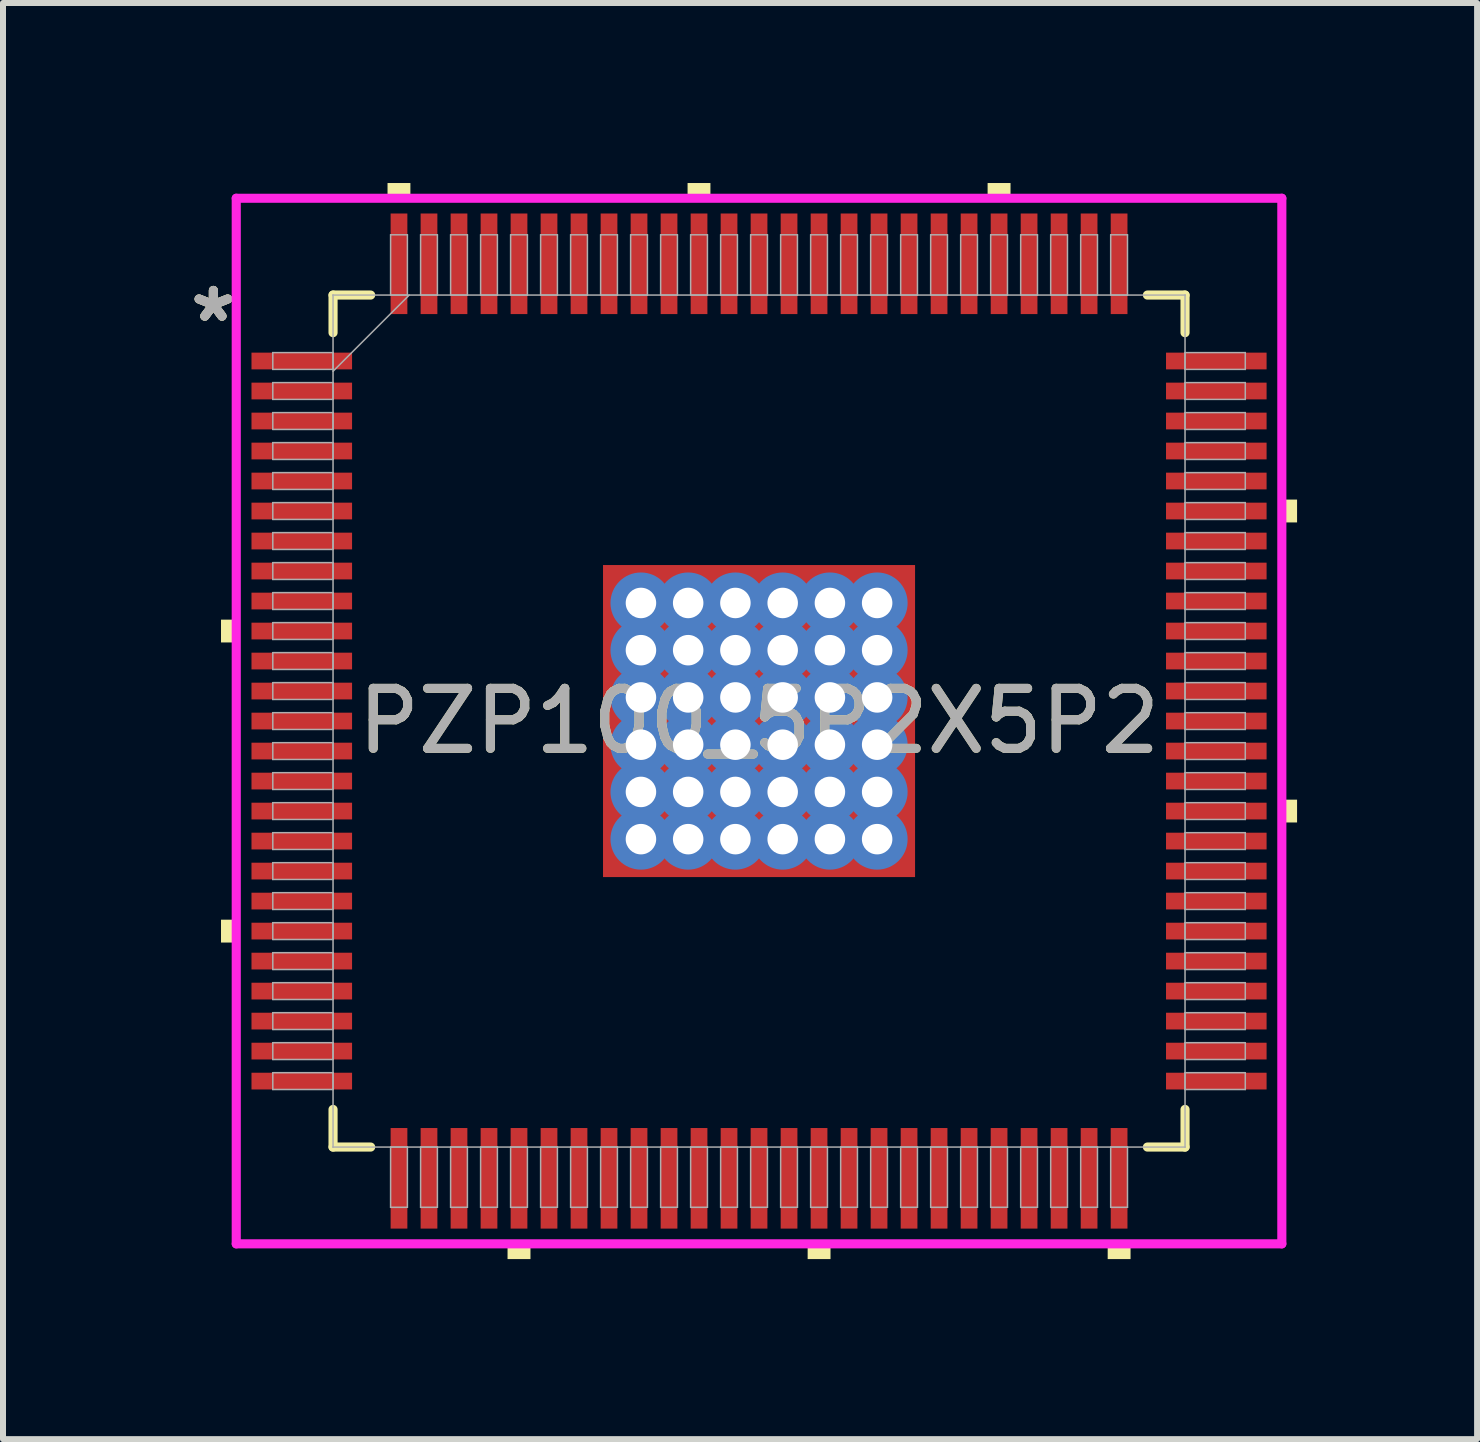
<source format=kicad_pcb>
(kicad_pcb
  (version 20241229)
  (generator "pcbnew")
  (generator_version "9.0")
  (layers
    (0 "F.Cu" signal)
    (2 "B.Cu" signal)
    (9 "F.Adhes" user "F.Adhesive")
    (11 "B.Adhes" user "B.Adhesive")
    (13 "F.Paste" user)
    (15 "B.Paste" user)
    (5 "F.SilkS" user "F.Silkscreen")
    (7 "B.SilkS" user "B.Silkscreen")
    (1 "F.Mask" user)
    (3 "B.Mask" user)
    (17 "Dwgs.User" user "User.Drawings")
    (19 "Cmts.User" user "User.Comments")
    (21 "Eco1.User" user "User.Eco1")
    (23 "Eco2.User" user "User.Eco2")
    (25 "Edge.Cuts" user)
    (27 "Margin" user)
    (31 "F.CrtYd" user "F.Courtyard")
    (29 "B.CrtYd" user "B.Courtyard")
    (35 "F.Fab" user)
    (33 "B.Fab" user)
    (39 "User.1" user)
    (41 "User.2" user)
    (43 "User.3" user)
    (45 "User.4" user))
  (footprint "PZP100_5P2X5P2"
    (layer "F.Cu")
    (at 9.599 8.966)
    (property "Reference" "PZP100_5P2X5P2" (at 0 0 0) (unlocked yes) (layer "F.SilkS") (effects (font (size 1 1) (thickness 0.15))))
    (attr smd)
    (fp_poly (pts (xy -2.663 -2.663) (xy -2.168 -2.663) (xy -2.168 2.663) (xy -2.663 2.663)) (stroke (width 0) (type solid)) (fill yes) (layer "F.Mask"))
    (fp_poly (pts (xy -2.663 -2.663) (xy 2.663 -2.663) (xy 2.663 -2.168) (xy -2.663 -2.168)) (stroke (width 0) (type solid)) (fill yes) (layer "F.Mask"))
    (fp_poly (pts (xy -2.663 -1.768) (xy 2.663 -1.768) (xy 2.663 -1.381) (xy -2.663 -1.381)) (stroke (width 0) (type solid)) (fill yes) (layer "F.Mask"))
    (fp_poly (pts (xy -2.663 -0.981) (xy 2.663 -0.981) (xy 2.663 -0.594) (xy -2.663 -0.594)) (stroke (width 0) (type solid)) (fill yes) (layer "F.Mask"))
    (fp_poly (pts (xy -2.663 -0.194) (xy 2.663 -0.194) (xy 2.663 0.194) (xy -2.663 0.194)) (stroke (width 0) (type solid)) (fill yes) (layer "F.Mask"))
    (fp_poly (pts (xy -2.663 0.594) (xy 2.663 0.594) (xy 2.663 0.981) (xy -2.663 0.981)) (stroke (width 0) (type solid)) (fill yes) (layer "F.Mask"))
    (fp_poly (pts (xy -2.663 1.381) (xy 2.663 1.381) (xy 2.663 1.768) (xy -2.663 1.768)) (stroke (width 0) (type solid)) (fill yes) (layer "F.Mask"))
    (fp_poly (pts (xy -2.663 2.168) (xy 2.663 2.168) (xy 2.663 2.663) (xy -2.663 2.663)) (stroke (width 0) (type solid)) (fill yes) (layer "F.Mask"))
    (fp_poly (pts (xy -1.381 -2.663) (xy -1.768 -2.663) (xy -1.768 2.663) (xy -1.381 2.663)) (stroke (width 0) (type solid)) (fill yes) (layer "F.Mask"))
    (fp_poly (pts (xy -0.594 -2.663) (xy -0.981 -2.663) (xy -0.981 2.663) (xy -0.594 2.663)) (stroke (width 0) (type solid)) (fill yes) (layer "F.Mask"))
    (fp_poly (pts (xy 0.194 -2.663) (xy -0.194 -2.663) (xy -0.194 2.663) (xy 0.194 2.663)) (stroke (width 0) (type solid)) (fill yes) (layer "F.Mask"))
    (fp_poly (pts (xy 0.981 -2.663) (xy 0.594 -2.663) (xy 0.594 2.663) (xy 0.981 2.663)) (stroke (width 0) (type solid)) (fill yes) (layer "F.Mask"))
    (fp_poly (pts (xy 1.768 -2.663) (xy 1.381 -2.663) (xy 1.381 2.663) (xy 1.768 2.663)) (stroke (width 0) (type solid)) (fill yes) (layer "F.Mask"))
    (fp_poly (pts (xy 2.168 -2.663) (xy 2.663 -2.663) (xy 2.663 2.663) (xy 2.168 2.663)) (stroke (width 0) (type solid)) (fill yes) (layer "F.Mask"))
    (fp_line (start -7.099 -7.099) (end -7.099 -6.472) (stroke (width 0.152) (type solid)) (layer "F.SilkS"))
    (fp_line (start -7.099 6.472) (end -7.099 7.099) (stroke (width 0.152) (type solid)) (layer "F.SilkS"))
    (fp_line (start -7.099 7.099) (end -6.472 7.099) (stroke (width 0.152) (type solid)) (layer "F.SilkS"))
    (fp_line (start -6.472 -7.099) (end -7.099 -7.099) (stroke (width 0.152) (type solid)) (layer "F.SilkS"))
    (fp_line (start 6.472 7.099) (end 7.099 7.099) (stroke (width 0.152) (type solid)) (layer "F.SilkS"))
    (fp_line (start 7.099 -7.099) (end 6.472 -7.099) (stroke (width 0.152) (type solid)) (layer "F.SilkS"))
    (fp_line (start 7.099 -6.472) (end 7.099 -7.099) (stroke (width 0.152) (type solid)) (layer "F.SilkS"))
    (fp_line (start 7.099 7.099) (end 7.099 6.472) (stroke (width 0.152) (type solid)) (layer "F.SilkS"))
    (fp_poly (pts (xy -8.966 -1.69) (xy -8.966 -1.31) (xy -8.712 -1.31) (xy -8.712 -1.69)) (stroke (width 0) (type solid)) (fill yes) (layer "F.SilkS"))
    (fp_poly (pts (xy -8.966 3.31) (xy -8.966 3.691) (xy -8.712 3.691) (xy -8.712 3.31)) (stroke (width 0) (type solid)) (fill yes) (layer "F.SilkS"))
    (fp_poly (pts (xy -6.191 -8.712) (xy -6.191 -8.966) (xy -5.81 -8.966) (xy -5.81 -8.712)) (stroke (width 0) (type solid)) (fill yes) (layer "F.SilkS"))
    (fp_poly (pts (xy -4.191 8.712) (xy -4.191 8.966) (xy -3.809 8.966) (xy -3.809 8.712)) (stroke (width 0) (type solid)) (fill yes) (layer "F.SilkS"))
    (fp_poly (pts (xy -1.191 -8.712) (xy -1.191 -8.966) (xy -0.81 -8.966) (xy -0.81 -8.712)) (stroke (width 0) (type solid)) (fill yes) (layer "F.SilkS"))
    (fp_poly (pts (xy 0.81 8.712) (xy 0.81 8.966) (xy 1.191 8.966) (xy 1.191 8.712)) (stroke (width 0) (type solid)) (fill yes) (layer "F.SilkS"))
    (fp_poly (pts (xy 3.809 -8.712) (xy 3.809 -8.966) (xy 4.191 -8.966) (xy 4.191 -8.712)) (stroke (width 0) (type solid)) (fill yes) (layer "F.SilkS"))
    (fp_poly (pts (xy 5.81 8.712) (xy 5.81 8.966) (xy 6.191 8.966) (xy 6.191 8.712)) (stroke (width 0) (type solid)) (fill yes) (layer "F.SilkS"))
    (fp_poly (pts (xy 8.966 -3.691) (xy 8.966 -3.31) (xy 8.712 -3.31) (xy 8.712 -3.691)) (stroke (width 0) (type solid)) (fill yes) (layer "F.SilkS"))
    (fp_poly (pts (xy 8.966 1.31) (xy 8.966 1.69) (xy 8.712 1.69) (xy 8.712 1.31)) (stroke (width 0) (type solid)) (fill yes) (layer "F.SilkS"))
    (fp_poly (pts (xy -2.525 -2.525) (xy -2.525 -2.068) (xy -2.21 -2.068) (xy -2.068 -2.21) (xy -2.068 -2.525)) (stroke (width 0) (type solid)) (fill yes) (layer "F.Paste"))
    (fp_poly (pts (xy -2.525 2.068) (xy -2.525 2.525) (xy -2.068 2.525) (xy -2.068 2.21) (xy -2.21 2.068)) (stroke (width 0) (type solid)) (fill yes) (layer "F.Paste"))
    (fp_poly (pts (xy 2.068 -2.525) (xy 2.068 -2.21) (xy 2.21 -2.068) (xy 2.525 -2.068) (xy 2.525 -2.525)) (stroke (width 0) (type solid)) (fill yes) (layer "F.Paste"))
    (fp_poly (pts (xy 2.21 2.068) (xy 2.068 2.21) (xy 2.068 2.525) (xy 2.525 2.525) (xy 2.525 2.068)) (stroke (width 0) (type solid)) (fill yes) (layer "F.Paste"))
    (fp_poly (pts (xy -2.525 -1.869) (xy -2.525 -1.281) (xy -2.21 -1.281) (xy -2.068 -1.423) (xy -2.068 -1.727) (xy -2.21 -1.869)) (stroke (width 0) (type solid)) (fill yes) (layer "F.Paste"))
    (fp_poly (pts (xy -2.525 -1.081) (xy -2.525 -0.494) (xy -2.21 -0.494) (xy -2.068 -0.635) (xy -2.068 -0.94) (xy -2.21 -1.081)) (stroke (width 0) (type solid)) (fill yes) (layer "F.Paste"))
    (fp_poly (pts (xy -2.525 -0.294) (xy -2.525 0.294) (xy -2.21 0.294) (xy -2.068 0.152) (xy -2.068 -0.152) (xy -2.21 -0.294)) (stroke (width 0) (type solid)) (fill yes) (layer "F.Paste"))
    (fp_poly (pts (xy -2.525 0.494) (xy -2.525 1.081) (xy -2.21 1.081) (xy -2.068 0.94) (xy -2.068 0.635) (xy -2.21 0.494)) (stroke (width 0) (type solid)) (fill yes) (layer "F.Paste"))
    (fp_poly (pts (xy -2.525 1.281) (xy -2.525 1.869) (xy -2.21 1.869) (xy -2.068 1.727) (xy -2.068 1.423) (xy -2.21 1.281)) (stroke (width 0) (type solid)) (fill yes) (layer "F.Paste"))
    (fp_poly (pts (xy -1.869 -2.525) (xy -1.869 -2.21) (xy -1.727 -2.068) (xy -1.423 -2.068) (xy -1.281 -2.21) (xy -1.281 -2.525)) (stroke (width 0) (type solid)) (fill yes) (layer "F.Paste"))
    (fp_poly (pts (xy -1.727 2.068) (xy -1.869 2.21) (xy -1.869 2.525) (xy -1.281 2.525) (xy -1.281 2.21) (xy -1.423 2.068)) (stroke (width 0) (type solid)) (fill yes) (layer "F.Paste"))
    (fp_poly (pts (xy -1.081 -2.525) (xy -1.081 -2.21) (xy -0.94 -2.068) (xy -0.635 -2.068) (xy -0.494 -2.21) (xy -0.494 -2.525)) (stroke (width 0) (type solid)) (fill yes) (layer "F.Paste"))
    (fp_poly (pts (xy -0.94 2.068) (xy -1.081 2.21) (xy -1.081 2.525) (xy -0.494 2.525) (xy -0.494 2.21) (xy -0.635 2.068)) (stroke (width 0) (type solid)) (fill yes) (layer "F.Paste"))
    (fp_poly (pts (xy -0.294 -2.525) (xy -0.294 -2.21) (xy -0.152 -2.068) (xy 0.152 -2.068) (xy 0.294 -2.21) (xy 0.294 -2.525)) (stroke (width 0) (type solid)) (fill yes) (layer "F.Paste"))
    (fp_poly (pts (xy -0.152 2.068) (xy -0.294 2.21) (xy -0.294 2.525) (xy 0.294 2.525) (xy 0.294 2.21) (xy 0.152 2.068)) (stroke (width 0) (type solid)) (fill yes) (layer "F.Paste"))
    (fp_poly (pts (xy 0.494 -2.525) (xy 0.494 -2.21) (xy 0.635 -2.068) (xy 0.94 -2.068) (xy 1.081 -2.21) (xy 1.081 -2.525)) (stroke (width 0) (type solid)) (fill yes) (layer "F.Paste"))
    (fp_poly (pts (xy 0.635 2.068) (xy 0.494 2.21) (xy 0.494 2.525) (xy 1.081 2.525) (xy 1.081 2.21) (xy 0.94 2.068)) (stroke (width 0) (type solid)) (fill yes) (layer "F.Paste"))
    (fp_poly (pts (xy 1.281 -2.525) (xy 1.281 -2.21) (xy 1.423 -2.068) (xy 1.727 -2.068) (xy 1.869 -2.21) (xy 1.869 -2.525)) (stroke (width 0) (type solid)) (fill yes) (layer "F.Paste"))
    (fp_poly (pts (xy 1.423 2.068) (xy 1.281 2.21) (xy 1.281 2.525) (xy 1.869 2.525) (xy 1.869 2.21) (xy 1.727 2.068)) (stroke (width 0) (type solid)) (fill yes) (layer "F.Paste"))
    (fp_poly (pts (xy 2.21 -1.869) (xy 2.068 -1.727) (xy 2.068 -1.423) (xy 2.21 -1.281) (xy 2.525 -1.281) (xy 2.525 -1.869)) (stroke (width 0) (type solid)) (fill yes) (layer "F.Paste"))
    (fp_poly (pts (xy 2.21 -1.081) (xy 2.068 -0.94) (xy 2.068 -0.635) (xy 2.21 -0.494) (xy 2.525 -0.494) (xy 2.525 -1.081)) (stroke (width 0) (type solid)) (fill yes) (layer "F.Paste"))
    (fp_poly (pts (xy 2.21 -0.294) (xy 2.068 -0.152) (xy 2.068 0.152) (xy 2.21 0.294) (xy 2.525 0.294) (xy 2.525 -0.294)) (stroke (width 0) (type solid)) (fill yes) (layer "F.Paste"))
    (fp_poly (pts (xy 2.21 0.494) (xy 2.068 0.635) (xy 2.068 0.94) (xy 2.21 1.081) (xy 2.525 1.081) (xy 2.525 0.494)) (stroke (width 0) (type solid)) (fill yes) (layer "F.Paste"))
    (fp_poly (pts (xy 2.21 1.281) (xy 2.068 1.423) (xy 2.068 1.727) (xy 2.21 1.869) (xy 2.525 1.869) (xy 2.525 1.281)) (stroke (width 0) (type solid)) (fill yes) (layer "F.Paste"))
    (fp_poly (pts (xy -1.727 -1.869) (xy -1.869 -1.727) (xy -1.869 -1.423) (xy -1.727 -1.281) (xy -1.423 -1.281) (xy -1.281 -1.423) (xy -1.281 -1.727) (xy -1.423 -1.869)) (stroke (width 0) (type solid)) (fill yes) (layer "F.Paste"))
    (fp_poly (pts (xy -1.727 -1.081) (xy -1.869 -0.94) (xy -1.869 -0.635) (xy -1.727 -0.494) (xy -1.423 -0.494) (xy -1.281 -0.635) (xy -1.281 -0.94) (xy -1.423 -1.081)) (stroke (width 0) (type solid)) (fill yes) (layer "F.Paste"))
    (fp_poly (pts (xy -1.727 -0.294) (xy -1.869 -0.152) (xy -1.869 0.152) (xy -1.727 0.294) (xy -1.423 0.294) (xy -1.281 0.152) (xy -1.281 -0.152) (xy -1.423 -0.294)) (stroke (width 0) (type solid)) (fill yes) (layer "F.Paste"))
    (fp_poly (pts (xy -1.727 0.494) (xy -1.869 0.635) (xy -1.869 0.94) (xy -1.727 1.081) (xy -1.423 1.081) (xy -1.281 0.94) (xy -1.281 0.635) (xy -1.423 0.494)) (stroke (width 0) (type solid)) (fill yes) (layer "F.Paste"))
    (fp_poly (pts (xy -1.727 1.281) (xy -1.869 1.423) (xy -1.869 1.727) (xy -1.727 1.869) (xy -1.423 1.869) (xy -1.281 1.727) (xy -1.281 1.423) (xy -1.423 1.281)) (stroke (width 0) (type solid)) (fill yes) (layer "F.Paste"))
    (fp_poly (pts (xy -0.94 -1.869) (xy -1.081 -1.727) (xy -1.081 -1.423) (xy -0.94 -1.281) (xy -0.635 -1.281) (xy -0.494 -1.423) (xy -0.494 -1.727) (xy -0.635 -1.869)) (stroke (width 0) (type solid)) (fill yes) (layer "F.Paste"))
    (fp_poly (pts (xy -0.94 -1.081) (xy -1.081 -0.94) (xy -1.081 -0.635) (xy -0.94 -0.494) (xy -0.635 -0.494) (xy -0.494 -0.635) (xy -0.494 -0.94) (xy -0.635 -1.081)) (stroke (width 0) (type solid)) (fill yes) (layer "F.Paste"))
    (fp_poly (pts (xy -0.94 -0.294) (xy -1.081 -0.152) (xy -1.081 0.152) (xy -0.94 0.294) (xy -0.635 0.294) (xy -0.494 0.152) (xy -0.494 -0.152) (xy -0.635 -0.294)) (stroke (width 0) (type solid)) (fill yes) (layer "F.Paste"))
    (fp_poly (pts (xy -0.94 0.494) (xy -1.081 0.635) (xy -1.081 0.94) (xy -0.94 1.081) (xy -0.635 1.081) (xy -0.494 0.94) (xy -0.494 0.635) (xy -0.635 0.494)) (stroke (width 0) (type solid)) (fill yes) (layer "F.Paste"))
    (fp_poly (pts (xy -0.94 1.281) (xy -1.081 1.423) (xy -1.081 1.727) (xy -0.94 1.869) (xy -0.635 1.869) (xy -0.494 1.727) (xy -0.494 1.423) (xy -0.635 1.281)) (stroke (width 0) (type solid)) (fill yes) (layer "F.Paste"))
    (fp_poly (pts (xy -0.152 -1.869) (xy -0.294 -1.727) (xy -0.294 -1.423) (xy -0.152 -1.281) (xy 0.152 -1.281) (xy 0.294 -1.423) (xy 0.294 -1.727) (xy 0.152 -1.869)) (stroke (width 0) (type solid)) (fill yes) (layer "F.Paste"))
    (fp_poly (pts (xy -0.152 -1.081) (xy -0.294 -0.94) (xy -0.294 -0.635) (xy -0.152 -0.494) (xy 0.152 -0.494) (xy 0.294 -0.635) (xy 0.294 -0.94) (xy 0.152 -1.081)) (stroke (width 0) (type solid)) (fill yes) (layer "F.Paste"))
    (fp_poly (pts (xy -0.152 -0.294) (xy -0.294 -0.152) (xy -0.294 0.152) (xy -0.152 0.294) (xy 0.152 0.294) (xy 0.294 0.152) (xy 0.294 -0.152) (xy 0.152 -0.294)) (stroke (width 0) (type solid)) (fill yes) (layer "F.Paste"))
    (fp_poly (pts (xy -0.152 0.494) (xy -0.294 0.635) (xy -0.294 0.94) (xy -0.152 1.081) (xy 0.152 1.081) (xy 0.294 0.94) (xy 0.294 0.635) (xy 0.152 0.494)) (stroke (width 0) (type solid)) (fill yes) (layer "F.Paste"))
    (fp_poly (pts (xy -0.152 1.281) (xy -0.294 1.423) (xy -0.294 1.727) (xy -0.152 1.869) (xy 0.152 1.869) (xy 0.294 1.727) (xy 0.294 1.423) (xy 0.152 1.281)) (stroke (width 0) (type solid)) (fill yes) (layer "F.Paste"))
    (fp_poly (pts (xy 0.635 -1.869) (xy 0.494 -1.727) (xy 0.494 -1.423) (xy 0.635 -1.281) (xy 0.94 -1.281) (xy 1.081 -1.423) (xy 1.081 -1.727) (xy 0.94 -1.869)) (stroke (width 0) (type solid)) (fill yes) (layer "F.Paste"))
    (fp_poly (pts (xy 0.635 -1.081) (xy 0.494 -0.94) (xy 0.494 -0.635) (xy 0.635 -0.494) (xy 0.94 -0.494) (xy 1.081 -0.635) (xy 1.081 -0.94) (xy 0.94 -1.081)) (stroke (width 0) (type solid)) (fill yes) (layer "F.Paste"))
    (fp_poly (pts (xy 0.635 -0.294) (xy 0.494 -0.152) (xy 0.494 0.152) (xy 0.635 0.294) (xy 0.94 0.294) (xy 1.081 0.152) (xy 1.081 -0.152) (xy 0.94 -0.294)) (stroke (width 0) (type solid)) (fill yes) (layer "F.Paste"))
    (fp_poly (pts (xy 0.635 0.494) (xy 0.494 0.635) (xy 0.494 0.94) (xy 0.635 1.081) (xy 0.94 1.081) (xy 1.081 0.94) (xy 1.081 0.635) (xy 0.94 0.494)) (stroke (width 0) (type solid)) (fill yes) (layer "F.Paste"))
    (fp_poly (pts (xy 0.635 1.281) (xy 0.494 1.423) (xy 0.494 1.727) (xy 0.635 1.869) (xy 0.94 1.869) (xy 1.081 1.727) (xy 1.081 1.423) (xy 0.94 1.281)) (stroke (width 0) (type solid)) (fill yes) (layer "F.Paste"))
    (fp_poly (pts (xy 1.423 -1.869) (xy 1.281 -1.727) (xy 1.281 -1.423) (xy 1.423 -1.281) (xy 1.727 -1.281) (xy 1.869 -1.423) (xy 1.869 -1.727) (xy 1.727 -1.869)) (stroke (width 0) (type solid)) (fill yes) (layer "F.Paste"))
    (fp_poly (pts (xy 1.423 -1.081) (xy 1.281 -0.94) (xy 1.281 -0.635) (xy 1.423 -0.494) (xy 1.727 -0.494) (xy 1.869 -0.635) (xy 1.869 -0.94) (xy 1.727 -1.081)) (stroke (width 0) (type solid)) (fill yes) (layer "F.Paste"))
    (fp_poly (pts (xy 1.423 -0.294) (xy 1.281 -0.152) (xy 1.281 0.152) (xy 1.423 0.294) (xy 1.727 0.294) (xy 1.869 0.152) (xy 1.869 -0.152) (xy 1.727 -0.294)) (stroke (width 0) (type solid)) (fill yes) (layer "F.Paste"))
    (fp_poly (pts (xy 1.423 0.494) (xy 1.281 0.635) (xy 1.281 0.94) (xy 1.423 1.081) (xy 1.727 1.081) (xy 1.869 0.94) (xy 1.869 0.635) (xy 1.727 0.494)) (stroke (width 0) (type solid)) (fill yes) (layer "F.Paste"))
    (fp_poly (pts (xy 1.423 1.281) (xy 1.281 1.423) (xy 1.281 1.727) (xy 1.423 1.869) (xy 1.727 1.869) (xy 1.869 1.727) (xy 1.869 1.423) (xy 1.727 1.281)) (stroke (width 0) (type solid)) (fill yes) (layer "F.Paste"))
    (fp_line (start -8.712 -8.712) (end 8.712 -8.712) (stroke (width 0.152) (type solid)) (layer "F.CrtYd"))
    (fp_line (start -8.712 8.712) (end -8.712 -8.712) (stroke (width 0.152) (type solid)) (layer "F.CrtYd"))
    (fp_line (start 8.712 -8.712) (end 8.712 8.712) (stroke (width 0.152) (type solid)) (layer "F.CrtYd"))
    (fp_line (start 8.712 8.712) (end -8.712 8.712) (stroke (width 0.152) (type solid)) (layer "F.CrtYd"))
    (fp_line (start -8.103 -6.14) (end -8.103 -5.86) (stroke (width 0.025) (type solid)) (layer "F.Fab"))
    (fp_line (start -8.103 -5.86) (end -7.099 -5.86) (stroke (width 0.025) (type solid)) (layer "F.Fab"))
    (fp_line (start -8.103 -5.64) (end -8.103 -5.36) (stroke (width 0.025) (type solid)) (layer "F.Fab"))
    (fp_line (start -8.103 -5.36) (end -7.099 -5.36) (stroke (width 0.025) (type solid)) (layer "F.Fab"))
    (fp_line (start -8.103 -5.14) (end -8.103 -4.86) (stroke (width 0.025) (type solid)) (layer "F.Fab"))
    (fp_line (start -8.103 -4.86) (end -7.099 -4.86) (stroke (width 0.025) (type solid)) (layer "F.Fab"))
    (fp_line (start -8.103 -4.64) (end -8.103 -4.36) (stroke (width 0.025) (type solid)) (layer "F.Fab"))
    (fp_line (start -8.103 -4.36) (end -7.099 -4.36) (stroke (width 0.025) (type solid)) (layer "F.Fab"))
    (fp_line (start -8.103 -4.14) (end -8.103 -3.86) (stroke (width 0.025) (type solid)) (layer "F.Fab"))
    (fp_line (start -8.103 -3.86) (end -7.099 -3.86) (stroke (width 0.025) (type solid)) (layer "F.Fab"))
    (fp_line (start -8.103 -3.64) (end -8.103 -3.36) (stroke (width 0.025) (type solid)) (layer "F.Fab"))
    (fp_line (start -8.103 -3.36) (end -7.099 -3.36) (stroke (width 0.025) (type solid)) (layer "F.Fab"))
    (fp_line (start -8.103 -3.14) (end -8.103 -2.86) (stroke (width 0.025) (type solid)) (layer "F.Fab"))
    (fp_line (start -8.103 -2.86) (end -7.099 -2.86) (stroke (width 0.025) (type solid)) (layer "F.Fab"))
    (fp_line (start -8.103 -2.64) (end -8.103 -2.36) (stroke (width 0.025) (type solid)) (layer "F.Fab"))
    (fp_line (start -8.103 -2.36) (end -7.099 -2.36) (stroke (width 0.025) (type solid)) (layer "F.Fab"))
    (fp_line (start -8.103 -2.14) (end -8.103 -1.86) (stroke (width 0.025) (type solid)) (layer "F.Fab"))
    (fp_line (start -8.103 -1.86) (end -7.099 -1.86) (stroke (width 0.025) (type solid)) (layer "F.Fab"))
    (fp_line (start -8.103 -1.64) (end -8.103 -1.36) (stroke (width 0.025) (type solid)) (layer "F.Fab"))
    (fp_line (start -8.103 -1.36) (end -7.099 -1.36) (stroke (width 0.025) (type solid)) (layer "F.Fab"))
    (fp_line (start -8.103 -1.14) (end -8.103 -0.86) (stroke (width 0.025) (type solid)) (layer "F.Fab"))
    (fp_line (start -8.103 -0.86) (end -7.099 -0.86) (stroke (width 0.025) (type solid)) (layer "F.Fab"))
    (fp_line (start -8.103 -0.64) (end -8.103 -0.36) (stroke (width 0.025) (type solid)) (layer "F.Fab"))
    (fp_line (start -8.103 -0.36) (end -7.099 -0.36) (stroke (width 0.025) (type solid)) (layer "F.Fab"))
    (fp_line (start -8.103 -0.14) (end -8.103 0.14) (stroke (width 0.025) (type solid)) (layer "F.Fab"))
    (fp_line (start -8.103 0.14) (end -7.099 0.14) (stroke (width 0.025) (type solid)) (layer "F.Fab"))
    (fp_line (start -8.103 0.36) (end -8.103 0.64) (stroke (width 0.025) (type solid)) (layer "F.Fab"))
    (fp_line (start -8.103 0.64) (end -7.099 0.64) (stroke (width 0.025) (type solid)) (layer "F.Fab"))
    (fp_line (start -8.103 0.86) (end -8.103 1.14) (stroke (width 0.025) (type solid)) (layer "F.Fab"))
    (fp_line (start -8.103 1.14) (end -7.099 1.14) (stroke (width 0.025) (type solid)) (layer "F.Fab"))
    (fp_line (start -8.103 1.36) (end -8.103 1.64) (stroke (width 0.025) (type solid)) (layer "F.Fab"))
    (fp_line (start -8.103 1.64) (end -7.099 1.64) (stroke (width 0.025) (type solid)) (layer "F.Fab"))
    (fp_line (start -8.103 1.86) (end -8.103 2.14) (stroke (width 0.025) (type solid)) (layer "F.Fab"))
    (fp_line (start -8.103 2.14) (end -7.099 2.14) (stroke (width 0.025) (type solid)) (layer "F.Fab"))
    (fp_line (start -8.103 2.36) (end -8.103 2.64) (stroke (width 0.025) (type solid)) (layer "F.Fab"))
    (fp_line (start -8.103 2.64) (end -7.099 2.64) (stroke (width 0.025) (type solid)) (layer "F.Fab"))
    (fp_line (start -8.103 2.86) (end -8.103 3.14) (stroke (width 0.025) (type solid)) (layer "F.Fab"))
    (fp_line (start -8.103 3.14) (end -7.099 3.14) (stroke (width 0.025) (type solid)) (layer "F.Fab"))
    (fp_line (start -8.103 3.36) (end -8.103 3.64) (stroke (width 0.025) (type solid)) (layer "F.Fab"))
    (fp_line (start -8.103 3.64) (end -7.099 3.64) (stroke (width 0.025) (type solid)) (layer "F.Fab"))
    (fp_line (start -8.103 3.86) (end -8.103 4.14) (stroke (width 0.025) (type solid)) (layer "F.Fab"))
    (fp_line (start -8.103 4.14) (end -7.099 4.14) (stroke (width 0.025) (type solid)) (layer "F.Fab"))
    (fp_line (start -8.103 4.36) (end -8.103 4.64) (stroke (width 0.025) (type solid)) (layer "F.Fab"))
    (fp_line (start -8.103 4.64) (end -7.099 4.64) (stroke (width 0.025) (type solid)) (layer "F.Fab"))
    (fp_line (start -8.103 4.86) (end -8.103 5.14) (stroke (width 0.025) (type solid)) (layer "F.Fab"))
    (fp_line (start -8.103 5.14) (end -7.099 5.14) (stroke (width 0.025) (type solid)) (layer "F.Fab"))
    (fp_line (start -8.103 5.36) (end -8.103 5.64) (stroke (width 0.025) (type solid)) (layer "F.Fab"))
    (fp_line (start -8.103 5.64) (end -7.099 5.64) (stroke (width 0.025) (type solid)) (layer "F.Fab"))
    (fp_line (start -8.103 5.86) (end -8.103 6.14) (stroke (width 0.025) (type solid)) (layer "F.Fab"))
    (fp_line (start -8.103 6.14) (end -7.099 6.14) (stroke (width 0.025) (type solid)) (layer "F.Fab"))
    (fp_line (start -7.099 -7.099) (end -7.099 -7.099) (stroke (width 0.025) (type solid)) (layer "F.Fab"))
    (fp_line (start -7.099 -7.099) (end -7.099 7.099) (stroke (width 0.025) (type solid)) (layer "F.Fab"))
    (fp_line (start -7.099 -6.14) (end -8.103 -6.14) (stroke (width 0.025) (type solid)) (layer "F.Fab"))
    (fp_line (start -7.099 -5.86) (end -7.099 -6.14) (stroke (width 0.025) (type solid)) (layer "F.Fab"))
    (fp_line (start -7.099 -5.829) (end -5.829 -7.099) (stroke (width 0.025) (type solid)) (layer "F.Fab"))
    (fp_line (start -7.099 -5.64) (end -8.103 -5.64) (stroke (width 0.025) (type solid)) (layer "F.Fab"))
    (fp_line (start -7.099 -5.36) (end -7.099 -5.64) (stroke (width 0.025) (type solid)) (layer "F.Fab"))
    (fp_line (start -7.099 -5.14) (end -8.103 -5.14) (stroke (width 0.025) (type solid)) (layer "F.Fab"))
    (fp_line (start -7.099 -4.86) (end -7.099 -5.14) (stroke (width 0.025) (type solid)) (layer "F.Fab"))
    (fp_line (start -7.099 -4.64) (end -8.103 -4.64) (stroke (width 0.025) (type solid)) (layer "F.Fab"))
    (fp_line (start -7.099 -4.36) (end -7.099 -4.64) (stroke (width 0.025) (type solid)) (layer "F.Fab"))
    (fp_line (start -7.099 -4.14) (end -8.103 -4.14) (stroke (width 0.025) (type solid)) (layer "F.Fab"))
    (fp_line (start -7.099 -3.86) (end -7.099 -4.14) (stroke (width 0.025) (type solid)) (layer "F.Fab"))
    (fp_line (start -7.099 -3.64) (end -8.103 -3.64) (stroke (width 0.025) (type solid)) (layer "F.Fab"))
    (fp_line (start -7.099 -3.36) (end -7.099 -3.64) (stroke (width 0.025) (type solid)) (layer "F.Fab"))
    (fp_line (start -7.099 -3.14) (end -8.103 -3.14) (stroke (width 0.025) (type solid)) (layer "F.Fab"))
    (fp_line (start -7.099 -2.86) (end -7.099 -3.14) (stroke (width 0.025) (type solid)) (layer "F.Fab"))
    (fp_line (start -7.099 -2.64) (end -8.103 -2.64) (stroke (width 0.025) (type solid)) (layer "F.Fab"))
    (fp_line (start -7.099 -2.36) (end -7.099 -2.64) (stroke (width 0.025) (type solid)) (layer "F.Fab"))
    (fp_line (start -7.099 -2.14) (end -8.103 -2.14) (stroke (width 0.025) (type solid)) (layer "F.Fab"))
    (fp_line (start -7.099 -1.86) (end -7.099 -2.14) (stroke (width 0.025) (type solid)) (layer "F.Fab"))
    (fp_line (start -7.099 -1.64) (end -8.103 -1.64) (stroke (width 0.025) (type solid)) (layer "F.Fab"))
    (fp_line (start -7.099 -1.36) (end -7.099 -1.64) (stroke (width 0.025) (type solid)) (layer "F.Fab"))
    (fp_line (start -7.099 -1.14) (end -8.103 -1.14) (stroke (width 0.025) (type solid)) (layer "F.Fab"))
    (fp_line (start -7.099 -0.86) (end -7.099 -1.14) (stroke (width 0.025) (type solid)) (layer "F.Fab"))
    (fp_line (start -7.099 -0.64) (end -8.103 -0.64) (stroke (width 0.025) (type solid)) (layer "F.Fab"))
    (fp_line (start -7.099 -0.36) (end -7.099 -0.64) (stroke (width 0.025) (type solid)) (layer "F.Fab"))
    (fp_line (start -7.099 -0.14) (end -8.103 -0.14) (stroke (width 0.025) (type solid)) (layer "F.Fab"))
    (fp_line (start -7.099 0.14) (end -7.099 -0.14) (stroke (width 0.025) (type solid)) (layer "F.Fab"))
    (fp_line (start -7.099 0.36) (end -8.103 0.36) (stroke (width 0.025) (type solid)) (layer "F.Fab"))
    (fp_line (start -7.099 0.64) (end -7.099 0.36) (stroke (width 0.025) (type solid)) (layer "F.Fab"))
    (fp_line (start -7.099 0.86) (end -8.103 0.86) (stroke (width 0.025) (type solid)) (layer "F.Fab"))
    (fp_line (start -7.099 1.14) (end -7.099 0.86) (stroke (width 0.025) (type solid)) (layer "F.Fab"))
    (fp_line (start -7.099 1.36) (end -8.103 1.36) (stroke (width 0.025) (type solid)) (layer "F.Fab"))
    (fp_line (start -7.099 1.64) (end -7.099 1.36) (stroke (width 0.025) (type solid)) (layer "F.Fab"))
    (fp_line (start -7.099 1.86) (end -8.103 1.86) (stroke (width 0.025) (type solid)) (layer "F.Fab"))
    (fp_line (start -7.099 2.14) (end -7.099 1.86) (stroke (width 0.025) (type solid)) (layer "F.Fab"))
    (fp_line (start -7.099 2.36) (end -8.103 2.36) (stroke (width 0.025) (type solid)) (layer "F.Fab"))
    (fp_line (start -7.099 2.64) (end -7.099 2.36) (stroke (width 0.025) (type solid)) (layer "F.Fab"))
    (fp_line (start -7.099 2.86) (end -8.103 2.86) (stroke (width 0.025) (type solid)) (layer "F.Fab"))
    (fp_line (start -7.099 3.14) (end -7.099 2.86) (stroke (width 0.025) (type solid)) (layer "F.Fab"))
    (fp_line (start -7.099 3.36) (end -8.103 3.36) (stroke (width 0.025) (type solid)) (layer "F.Fab"))
    (fp_line (start -7.099 3.64) (end -7.099 3.36) (stroke (width 0.025) (type solid)) (layer "F.Fab"))
    (fp_line (start -7.099 3.86) (end -8.103 3.86) (stroke (width 0.025) (type solid)) (layer "F.Fab"))
    (fp_line (start -7.099 4.14) (end -7.099 3.86) (stroke (width 0.025) (type solid)) (layer "F.Fab"))
    (fp_line (start -7.099 4.36) (end -8.103 4.36) (stroke (width 0.025) (type solid)) (layer "F.Fab"))
    (fp_line (start -7.099 4.64) (end -7.099 4.36) (stroke (width 0.025) (type solid)) (layer "F.Fab"))
    (fp_line (start -7.099 4.86) (end -8.103 4.86) (stroke (width 0.025) (type solid)) (layer "F.Fab"))
    (fp_line (start -7.099 5.14) (end -7.099 4.86) (stroke (width 0.025) (type solid)) (layer "F.Fab"))
    (fp_line (start -7.099 5.36) (end -8.103 5.36) (stroke (width 0.025) (type solid)) (layer "F.Fab"))
    (fp_line (start -7.099 5.64) (end -7.099 5.36) (stroke (width 0.025) (type solid)) (layer "F.Fab"))
    (fp_line (start -7.099 5.86) (end -8.103 5.86) (stroke (width 0.025) (type solid)) (layer "F.Fab"))
    (fp_line (start -7.099 6.14) (end -7.099 5.86) (stroke (width 0.025) (type solid)) (layer "F.Fab"))
    (fp_line (start -7.099 7.099) (end -7.099 7.099) (stroke (width 0.025) (type solid)) (layer "F.Fab"))
    (fp_line (start -7.099 7.099) (end 7.099 7.099) (stroke (width 0.025) (type solid)) (layer "F.Fab"))
    (fp_line (start -6.14 -8.103) (end -6.14 -7.099) (stroke (width 0.025) (type solid)) (layer "F.Fab"))
    (fp_line (start -6.14 -7.099) (end -5.86 -7.099) (stroke (width 0.025) (type solid)) (layer "F.Fab"))
    (fp_line (start -6.14 7.099) (end -6.14 8.103) (stroke (width 0.025) (type solid)) (layer "F.Fab"))
    (fp_line (start -6.14 8.103) (end -5.86 8.103) (stroke (width 0.025) (type solid)) (layer "F.Fab"))
    (fp_line (start -5.86 -8.103) (end -6.14 -8.103) (stroke (width 0.025) (type solid)) (layer "F.Fab"))
    (fp_line (start -5.86 -7.099) (end -5.86 -8.103) (stroke (width 0.025) (type solid)) (layer "F.Fab"))
    (fp_line (start -5.86 7.099) (end -6.14 7.099) (stroke (width 0.025) (type solid)) (layer "F.Fab"))
    (fp_line (start -5.86 8.103) (end -5.86 7.099) (stroke (width 0.025) (type solid)) (layer "F.Fab"))
    (fp_line (start -5.64 -8.103) (end -5.64 -7.099) (stroke (width 0.025) (type solid)) (layer "F.Fab"))
    (fp_line (start -5.64 -7.099) (end -5.36 -7.099) (stroke (width 0.025) (type solid)) (layer "F.Fab"))
    (fp_line (start -5.64 7.099) (end -5.64 8.103) (stroke (width 0.025) (type solid)) (layer "F.Fab"))
    (fp_line (start -5.64 8.103) (end -5.36 8.103) (stroke (width 0.025) (type solid)) (layer "F.Fab"))
    (fp_line (start -5.36 -8.103) (end -5.64 -8.103) (stroke (width 0.025) (type solid)) (layer "F.Fab"))
    (fp_line (start -5.36 -7.099) (end -5.36 -8.103) (stroke (width 0.025) (type solid)) (layer "F.Fab"))
    (fp_line (start -5.36 7.099) (end -5.64 7.099) (stroke (width 0.025) (type solid)) (layer "F.Fab"))
    (fp_line (start -5.36 8.103) (end -5.36 7.099) (stroke (width 0.025) (type solid)) (layer "F.Fab"))
    (fp_line (start -5.14 -8.103) (end -5.14 -7.099) (stroke (width 0.025) (type solid)) (layer "F.Fab"))
    (fp_line (start -5.14 -7.099) (end -4.86 -7.099) (stroke (width 0.025) (type solid)) (layer "F.Fab"))
    (fp_line (start -5.14 7.099) (end -5.14 8.103) (stroke (width 0.025) (type solid)) (layer "F.Fab"))
    (fp_line (start -5.14 8.103) (end -4.86 8.103) (stroke (width 0.025) (type solid)) (layer "F.Fab"))
    (fp_line (start -4.86 -8.103) (end -5.14 -8.103) (stroke (width 0.025) (type solid)) (layer "F.Fab"))
    (fp_line (start -4.86 -7.099) (end -4.86 -8.103) (stroke (width 0.025) (type solid)) (layer "F.Fab"))
    (fp_line (start -4.86 7.099) (end -5.14 7.099) (stroke (width 0.025) (type solid)) (layer "F.Fab"))
    (fp_line (start -4.86 8.103) (end -4.86 7.099) (stroke (width 0.025) (type solid)) (layer "F.Fab"))
    (fp_line (start -4.64 -8.103) (end -4.64 -7.099) (stroke (width 0.025) (type solid)) (layer "F.Fab"))
    (fp_line (start -4.64 -7.099) (end -4.36 -7.099) (stroke (width 0.025) (type solid)) (layer "F.Fab"))
    (fp_line (start -4.64 7.099) (end -4.64 8.103) (stroke (width 0.025) (type solid)) (layer "F.Fab"))
    (fp_line (start -4.64 8.103) (end -4.36 8.103) (stroke (width 0.025) (type solid)) (layer "F.Fab"))
    (fp_line (start -4.36 -8.103) (end -4.64 -8.103) (stroke (width 0.025) (type solid)) (layer "F.Fab"))
    (fp_line (start -4.36 -7.099) (end -4.36 -8.103) (stroke (width 0.025) (type solid)) (layer "F.Fab"))
    (fp_line (start -4.36 7.099) (end -4.64 7.099) (stroke (width 0.025) (type solid)) (layer "F.Fab"))
    (fp_line (start -4.36 8.103) (end -4.36 7.099) (stroke (width 0.025) (type solid)) (layer "F.Fab"))
    (fp_line (start -4.14 -8.103) (end -4.14 -7.099) (stroke (width 0.025) (type solid)) (layer "F.Fab"))
    (fp_line (start -4.14 -7.099) (end -3.86 -7.099) (stroke (width 0.025) (type solid)) (layer "F.Fab"))
    (fp_line (start -4.14 7.099) (end -4.14 8.103) (stroke (width 0.025) (type solid)) (layer "F.Fab"))
    (fp_line (start -4.14 8.103) (end -3.86 8.103) (stroke (width 0.025) (type solid)) (layer "F.Fab"))
    (fp_line (start -3.86 -8.103) (end -4.14 -8.103) (stroke (width 0.025) (type solid)) (layer "F.Fab"))
    (fp_line (start -3.86 -7.099) (end -3.86 -8.103) (stroke (width 0.025) (type solid)) (layer "F.Fab"))
    (fp_line (start -3.86 7.099) (end -4.14 7.099) (stroke (width 0.025) (type solid)) (layer "F.Fab"))
    (fp_line (start -3.86 8.103) (end -3.86 7.099) (stroke (width 0.025) (type solid)) (layer "F.Fab"))
    (fp_line (start -3.64 -8.103) (end -3.64 -7.099) (stroke (width 0.025) (type solid)) (layer "F.Fab"))
    (fp_line (start -3.64 -7.099) (end -3.36 -7.099) (stroke (width 0.025) (type solid)) (layer "F.Fab"))
    (fp_line (start -3.64 7.099) (end -3.64 8.103) (stroke (width 0.025) (type solid)) (layer "F.Fab"))
    (fp_line (start -3.64 8.103) (end -3.36 8.103) (stroke (width 0.025) (type solid)) (layer "F.Fab"))
    (fp_line (start -3.36 -8.103) (end -3.64 -8.103) (stroke (width 0.025) (type solid)) (layer "F.Fab"))
    (fp_line (start -3.36 -7.099) (end -3.36 -8.103) (stroke (width 0.025) (type solid)) (layer "F.Fab"))
    (fp_line (start -3.36 7.099) (end -3.64 7.099) (stroke (width 0.025) (type solid)) (layer "F.Fab"))
    (fp_line (start -3.36 8.103) (end -3.36 7.099) (stroke (width 0.025) (type solid)) (layer "F.Fab"))
    (fp_line (start -3.14 -8.103) (end -3.14 -7.099) (stroke (width 0.025) (type solid)) (layer "F.Fab"))
    (fp_line (start -3.14 -7.099) (end -2.86 -7.099) (stroke (width 0.025) (type solid)) (layer "F.Fab"))
    (fp_line (start -3.14 7.099) (end -3.14 8.103) (stroke (width 0.025) (type solid)) (layer "F.Fab"))
    (fp_line (start -3.14 8.103) (end -2.86 8.103) (stroke (width 0.025) (type solid)) (layer "F.Fab"))
    (fp_line (start -2.86 -8.103) (end -3.14 -8.103) (stroke (width 0.025) (type solid)) (layer "F.Fab"))
    (fp_line (start -2.86 -7.099) (end -2.86 -8.103) (stroke (width 0.025) (type solid)) (layer "F.Fab"))
    (fp_line (start -2.86 7.099) (end -3.14 7.099) (stroke (width 0.025) (type solid)) (layer "F.Fab"))
    (fp_line (start -2.86 8.103) (end -2.86 7.099) (stroke (width 0.025) (type solid)) (layer "F.Fab"))
    (fp_line (start -2.64 -8.103) (end -2.64 -7.099) (stroke (width 0.025) (type solid)) (layer "F.Fab"))
    (fp_line (start -2.64 -7.099) (end -2.36 -7.099) (stroke (width 0.025) (type solid)) (layer "F.Fab"))
    (fp_line (start -2.64 7.099) (end -2.64 8.103) (stroke (width 0.025) (type solid)) (layer "F.Fab"))
    (fp_line (start -2.64 8.103) (end -2.36 8.103) (stroke (width 0.025) (type solid)) (layer "F.Fab"))
    (fp_line (start -2.36 -8.103) (end -2.64 -8.103) (stroke (width 0.025) (type solid)) (layer "F.Fab"))
    (fp_line (start -2.36 -7.099) (end -2.36 -8.103) (stroke (width 0.025) (type solid)) (layer "F.Fab"))
    (fp_line (start -2.36 7.099) (end -2.64 7.099) (stroke (width 0.025) (type solid)) (layer "F.Fab"))
    (fp_line (start -2.36 8.103) (end -2.36 7.099) (stroke (width 0.025) (type solid)) (layer "F.Fab"))
    (fp_line (start -2.14 -8.103) (end -2.14 -7.099) (stroke (width 0.025) (type solid)) (layer "F.Fab"))
    (fp_line (start -2.14 -7.099) (end -1.86 -7.099) (stroke (width 0.025) (type solid)) (layer "F.Fab"))
    (fp_line (start -2.14 7.099) (end -2.14 8.103) (stroke (width 0.025) (type solid)) (layer "F.Fab"))
    (fp_line (start -2.14 8.103) (end -1.86 8.103) (stroke (width 0.025) (type solid)) (layer "F.Fab"))
    (fp_line (start -1.86 -8.103) (end -2.14 -8.103) (stroke (width 0.025) (type solid)) (layer "F.Fab"))
    (fp_line (start -1.86 -7.099) (end -1.86 -8.103) (stroke (width 0.025) (type solid)) (layer "F.Fab"))
    (fp_line (start -1.86 7.099) (end -2.14 7.099) (stroke (width 0.025) (type solid)) (layer "F.Fab"))
    (fp_line (start -1.86 8.103) (end -1.86 7.099) (stroke (width 0.025) (type solid)) (layer "F.Fab"))
    (fp_line (start -1.64 -8.103) (end -1.64 -7.099) (stroke (width 0.025) (type solid)) (layer "F.Fab"))
    (fp_line (start -1.64 -7.099) (end -1.36 -7.099) (stroke (width 0.025) (type solid)) (layer "F.Fab"))
    (fp_line (start -1.64 7.099) (end -1.64 8.103) (stroke (width 0.025) (type solid)) (layer "F.Fab"))
    (fp_line (start -1.64 8.103) (end -1.36 8.103) (stroke (width 0.025) (type solid)) (layer "F.Fab"))
    (fp_line (start -1.36 -8.103) (end -1.64 -8.103) (stroke (width 0.025) (type solid)) (layer "F.Fab"))
    (fp_line (start -1.36 -7.099) (end -1.36 -8.103) (stroke (width 0.025) (type solid)) (layer "F.Fab"))
    (fp_line (start -1.36 7.099) (end -1.64 7.099) (stroke (width 0.025) (type solid)) (layer "F.Fab"))
    (fp_line (start -1.36 8.103) (end -1.36 7.099) (stroke (width 0.025) (type solid)) (layer "F.Fab"))
    (fp_line (start -1.14 -8.103) (end -1.14 -7.099) (stroke (width 0.025) (type solid)) (layer "F.Fab"))
    (fp_line (start -1.14 -7.099) (end -0.86 -7.099) (stroke (width 0.025) (type solid)) (layer "F.Fab"))
    (fp_line (start -1.14 7.099) (end -1.14 8.103) (stroke (width 0.025) (type solid)) (layer "F.Fab"))
    (fp_line (start -1.14 8.103) (end -0.86 8.103) (stroke (width 0.025) (type solid)) (layer "F.Fab"))
    (fp_line (start -0.86 -8.103) (end -1.14 -8.103) (stroke (width 0.025) (type solid)) (layer "F.Fab"))
    (fp_line (start -0.86 -7.099) (end -0.86 -8.103) (stroke (width 0.025) (type solid)) (layer "F.Fab"))
    (fp_line (start -0.86 7.099) (end -1.14 7.099) (stroke (width 0.025) (type solid)) (layer "F.Fab"))
    (fp_line (start -0.86 8.103) (end -0.86 7.099) (stroke (width 0.025) (type solid)) (layer "F.Fab"))
    (fp_line (start -0.64 -8.103) (end -0.64 -7.099) (stroke (width 0.025) (type solid)) (layer "F.Fab"))
    (fp_line (start -0.64 -7.099) (end -0.36 -7.099) (stroke (width 0.025) (type solid)) (layer "F.Fab"))
    (fp_line (start -0.64 7.099) (end -0.64 8.103) (stroke (width 0.025) (type solid)) (layer "F.Fab"))
    (fp_line (start -0.64 8.103) (end -0.36 8.103) (stroke (width 0.025) (type solid)) (layer "F.Fab"))
    (fp_line (start -0.36 -8.103) (end -0.64 -8.103) (stroke (width 0.025) (type solid)) (layer "F.Fab"))
    (fp_line (start -0.36 -7.099) (end -0.36 -8.103) (stroke (width 0.025) (type solid)) (layer "F.Fab"))
    (fp_line (start -0.36 7.099) (end -0.64 7.099) (stroke (width 0.025) (type solid)) (layer "F.Fab"))
    (fp_line (start -0.36 8.103) (end -0.36 7.099) (stroke (width 0.025) (type solid)) (layer "F.Fab"))
    (fp_line (start -0.14 -8.103) (end -0.14 -7.099) (stroke (width 0.025) (type solid)) (layer "F.Fab"))
    (fp_line (start -0.14 -7.099) (end 0.14 -7.099) (stroke (width 0.025) (type solid)) (layer "F.Fab"))
    (fp_line (start -0.14 7.099) (end -0.14 8.103) (stroke (width 0.025) (type solid)) (layer "F.Fab"))
    (fp_line (start -0.14 8.103) (end 0.14 8.103) (stroke (width 0.025) (type solid)) (layer "F.Fab"))
    (fp_line (start 0.14 -8.103) (end -0.14 -8.103) (stroke (width 0.025) (type solid)) (layer "F.Fab"))
    (fp_line (start 0.14 -7.099) (end 0.14 -8.103) (stroke (width 0.025) (type solid)) (layer "F.Fab"))
    (fp_line (start 0.14 7.099) (end -0.14 7.099) (stroke (width 0.025) (type solid)) (layer "F.Fab"))
    (fp_line (start 0.14 8.103) (end 0.14 7.099) (stroke (width 0.025) (type solid)) (layer "F.Fab"))
    (fp_line (start 0.36 -8.103) (end 0.36 -7.099) (stroke (width 0.025) (type solid)) (layer "F.Fab"))
    (fp_line (start 0.36 -7.099) (end 0.64 -7.099) (stroke (width 0.025) (type solid)) (layer "F.Fab"))
    (fp_line (start 0.36 7.099) (end 0.36 8.103) (stroke (width 0.025) (type solid)) (layer "F.Fab"))
    (fp_line (start 0.36 8.103) (end 0.64 8.103) (stroke (width 0.025) (type solid)) (layer "F.Fab"))
    (fp_line (start 0.64 -8.103) (end 0.36 -8.103) (stroke (width 0.025) (type solid)) (layer "F.Fab"))
    (fp_line (start 0.64 -7.099) (end 0.64 -8.103) (stroke (width 0.025) (type solid)) (layer "F.Fab"))
    (fp_line (start 0.64 7.099) (end 0.36 7.099) (stroke (width 0.025) (type solid)) (layer "F.Fab"))
    (fp_line (start 0.64 8.103) (end 0.64 7.099) (stroke (width 0.025) (type solid)) (layer "F.Fab"))
    (fp_line (start 0.86 -8.103) (end 0.86 -7.099) (stroke (width 0.025) (type solid)) (layer "F.Fab"))
    (fp_line (start 0.86 -7.099) (end 1.14 -7.099) (stroke (width 0.025) (type solid)) (layer "F.Fab"))
    (fp_line (start 0.86 7.099) (end 0.86 8.103) (stroke (width 0.025) (type solid)) (layer "F.Fab"))
    (fp_line (start 0.86 8.103) (end 1.14 8.103) (stroke (width 0.025) (type solid)) (layer "F.Fab"))
    (fp_line (start 1.14 -8.103) (end 0.86 -8.103) (stroke (width 0.025) (type solid)) (layer "F.Fab"))
    (fp_line (start 1.14 -7.099) (end 1.14 -8.103) (stroke (width 0.025) (type solid)) (layer "F.Fab"))
    (fp_line (start 1.14 7.099) (end 0.86 7.099) (stroke (width 0.025) (type solid)) (layer "F.Fab"))
    (fp_line (start 1.14 8.103) (end 1.14 7.099) (stroke (width 0.025) (type solid)) (layer "F.Fab"))
    (fp_line (start 1.36 -8.103) (end 1.36 -7.099) (stroke (width 0.025) (type solid)) (layer "F.Fab"))
    (fp_line (start 1.36 -7.099) (end 1.64 -7.099) (stroke (width 0.025) (type solid)) (layer "F.Fab"))
    (fp_line (start 1.36 7.099) (end 1.36 8.103) (stroke (width 0.025) (type solid)) (layer "F.Fab"))
    (fp_line (start 1.36 8.103) (end 1.64 8.103) (stroke (width 0.025) (type solid)) (layer "F.Fab"))
    (fp_line (start 1.64 -8.103) (end 1.36 -8.103) (stroke (width 0.025) (type solid)) (layer "F.Fab"))
    (fp_line (start 1.64 -7.099) (end 1.64 -8.103) (stroke (width 0.025) (type solid)) (layer "F.Fab"))
    (fp_line (start 1.64 7.099) (end 1.36 7.099) (stroke (width 0.025) (type solid)) (layer "F.Fab"))
    (fp_line (start 1.64 8.103) (end 1.64 7.099) (stroke (width 0.025) (type solid)) (layer "F.Fab"))
    (fp_line (start 1.86 -8.103) (end 1.86 -7.099) (stroke (width 0.025) (type solid)) (layer "F.Fab"))
    (fp_line (start 1.86 -7.099) (end 2.14 -7.099) (stroke (width 0.025) (type solid)) (layer "F.Fab"))
    (fp_line (start 1.86 7.099) (end 1.86 8.103) (stroke (width 0.025) (type solid)) (layer "F.Fab"))
    (fp_line (start 1.86 8.103) (end 2.14 8.103) (stroke (width 0.025) (type solid)) (layer "F.Fab"))
    (fp_line (start 2.14 -8.103) (end 1.86 -8.103) (stroke (width 0.025) (type solid)) (layer "F.Fab"))
    (fp_line (start 2.14 -7.099) (end 2.14 -8.103) (stroke (width 0.025) (type solid)) (layer "F.Fab"))
    (fp_line (start 2.14 7.099) (end 1.86 7.099) (stroke (width 0.025) (type solid)) (layer "F.Fab"))
    (fp_line (start 2.14 8.103) (end 2.14 7.099) (stroke (width 0.025) (type solid)) (layer "F.Fab"))
    (fp_line (start 2.36 -8.103) (end 2.36 -7.099) (stroke (width 0.025) (type solid)) (layer "F.Fab"))
    (fp_line (start 2.36 -7.099) (end 2.64 -7.099) (stroke (width 0.025) (type solid)) (layer "F.Fab"))
    (fp_line (start 2.36 7.099) (end 2.36 8.103) (stroke (width 0.025) (type solid)) (layer "F.Fab"))
    (fp_line (start 2.36 8.103) (end 2.64 8.103) (stroke (width 0.025) (type solid)) (layer "F.Fab"))
    (fp_line (start 2.64 -8.103) (end 2.36 -8.103) (stroke (width 0.025) (type solid)) (layer "F.Fab"))
    (fp_line (start 2.64 -7.099) (end 2.64 -8.103) (stroke (width 0.025) (type solid)) (layer "F.Fab"))
    (fp_line (start 2.64 7.099) (end 2.36 7.099) (stroke (width 0.025) (type solid)) (layer "F.Fab"))
    (fp_line (start 2.64 8.103) (end 2.64 7.099) (stroke (width 0.025) (type solid)) (layer "F.Fab"))
    (fp_line (start 2.86 -8.103) (end 2.86 -7.099) (stroke (width 0.025) (type solid)) (layer "F.Fab"))
    (fp_line (start 2.86 -7.099) (end 3.14 -7.099) (stroke (width 0.025) (type solid)) (layer "F.Fab"))
    (fp_line (start 2.86 7.099) (end 2.86 8.103) (stroke (width 0.025) (type solid)) (layer "F.Fab"))
    (fp_line (start 2.86 8.103) (end 3.14 8.103) (stroke (width 0.025) (type solid)) (layer "F.Fab"))
    (fp_line (start 3.14 -8.103) (end 2.86 -8.103) (stroke (width 0.025) (type solid)) (layer "F.Fab"))
    (fp_line (start 3.14 -7.099) (end 3.14 -8.103) (stroke (width 0.025) (type solid)) (layer "F.Fab"))
    (fp_line (start 3.14 7.099) (end 2.86 7.099) (stroke (width 0.025) (type solid)) (layer "F.Fab"))
    (fp_line (start 3.14 8.103) (end 3.14 7.099) (stroke (width 0.025) (type solid)) (layer "F.Fab"))
    (fp_line (start 3.36 -8.103) (end 3.36 -7.099) (stroke (width 0.025) (type solid)) (layer "F.Fab"))
    (fp_line (start 3.36 -7.099) (end 3.64 -7.099) (stroke (width 0.025) (type solid)) (layer "F.Fab"))
    (fp_line (start 3.36 7.099) (end 3.36 8.103) (stroke (width 0.025) (type solid)) (layer "F.Fab"))
    (fp_line (start 3.36 8.103) (end 3.64 8.103) (stroke (width 0.025) (type solid)) (layer "F.Fab"))
    (fp_line (start 3.64 -8.103) (end 3.36 -8.103) (stroke (width 0.025) (type solid)) (layer "F.Fab"))
    (fp_line (start 3.64 -7.099) (end 3.64 -8.103) (stroke (width 0.025) (type solid)) (layer "F.Fab"))
    (fp_line (start 3.64 7.099) (end 3.36 7.099) (stroke (width 0.025) (type solid)) (layer "F.Fab"))
    (fp_line (start 3.64 8.103) (end 3.64 7.099) (stroke (width 0.025) (type solid)) (layer "F.Fab"))
    (fp_line (start 3.86 -8.103) (end 3.86 -7.099) (stroke (width 0.025) (type solid)) (layer "F.Fab"))
    (fp_line (start 3.86 -7.099) (end 4.14 -7.099) (stroke (width 0.025) (type solid)) (layer "F.Fab"))
    (fp_line (start 3.86 7.099) (end 3.86 8.103) (stroke (width 0.025) (type solid)) (layer "F.Fab"))
    (fp_line (start 3.86 8.103) (end 4.14 8.103) (stroke (width 0.025) (type solid)) (layer "F.Fab"))
    (fp_line (start 4.14 -8.103) (end 3.86 -8.103) (stroke (width 0.025) (type solid)) (layer "F.Fab"))
    (fp_line (start 4.14 -7.099) (end 4.14 -8.103) (stroke (width 0.025) (type solid)) (layer "F.Fab"))
    (fp_line (start 4.14 7.099) (end 3.86 7.099) (stroke (width 0.025) (type solid)) (layer "F.Fab"))
    (fp_line (start 4.14 8.103) (end 4.14 7.099) (stroke (width 0.025) (type solid)) (layer "F.Fab"))
    (fp_line (start 4.36 -8.103) (end 4.36 -7.099) (stroke (width 0.025) (type solid)) (layer "F.Fab"))
    (fp_line (start 4.36 -7.099) (end 4.64 -7.099) (stroke (width 0.025) (type solid)) (layer "F.Fab"))
    (fp_line (start 4.36 7.099) (end 4.36 8.103) (stroke (width 0.025) (type solid)) (layer "F.Fab"))
    (fp_line (start 4.36 8.103) (end 4.64 8.103) (stroke (width 0.025) (type solid)) (layer "F.Fab"))
    (fp_line (start 4.64 -8.103) (end 4.36 -8.103) (stroke (width 0.025) (type solid)) (layer "F.Fab"))
    (fp_line (start 4.64 -7.099) (end 4.64 -8.103) (stroke (width 0.025) (type solid)) (layer "F.Fab"))
    (fp_line (start 4.64 7.099) (end 4.36 7.099) (stroke (width 0.025) (type solid)) (layer "F.Fab"))
    (fp_line (start 4.64 8.103) (end 4.64 7.099) (stroke (width 0.025) (type solid)) (layer "F.Fab"))
    (fp_line (start 4.86 -8.103) (end 4.86 -7.099) (stroke (width 0.025) (type solid)) (layer "F.Fab"))
    (fp_line (start 4.86 -7.099) (end 5.14 -7.099) (stroke (width 0.025) (type solid)) (layer "F.Fab"))
    (fp_line (start 4.86 7.099) (end 4.86 8.103) (stroke (width 0.025) (type solid)) (layer "F.Fab"))
    (fp_line (start 4.86 8.103) (end 5.14 8.103) (stroke (width 0.025) (type solid)) (layer "F.Fab"))
    (fp_line (start 5.14 -8.103) (end 4.86 -8.103) (stroke (width 0.025) (type solid)) (layer "F.Fab"))
    (fp_line (start 5.14 -7.099) (end 5.14 -8.103) (stroke (width 0.025) (type solid)) (layer "F.Fab"))
    (fp_line (start 5.14 7.099) (end 4.86 7.099) (stroke (width 0.025) (type solid)) (layer "F.Fab"))
    (fp_line (start 5.14 8.103) (end 5.14 7.099) (stroke (width 0.025) (type solid)) (layer "F.Fab"))
    (fp_line (start 5.36 -8.103) (end 5.36 -7.099) (stroke (width 0.025) (type solid)) (layer "F.Fab"))
    (fp_line (start 5.36 -7.099) (end 5.64 -7.099) (stroke (width 0.025) (type solid)) (layer "F.Fab"))
    (fp_line (start 5.36 7.099) (end 5.36 8.103) (stroke (width 0.025) (type solid)) (layer "F.Fab"))
    (fp_line (start 5.36 8.103) (end 5.64 8.103) (stroke (width 0.025) (type solid)) (layer "F.Fab"))
    (fp_line (start 5.64 -8.103) (end 5.36 -8.103) (stroke (width 0.025) (type solid)) (layer "F.Fab"))
    (fp_line (start 5.64 -7.099) (end 5.64 -8.103) (stroke (width 0.025) (type solid)) (layer "F.Fab"))
    (fp_line (start 5.64 7.099) (end 5.36 7.099) (stroke (width 0.025) (type solid)) (layer "F.Fab"))
    (fp_line (start 5.64 8.103) (end 5.64 7.099) (stroke (width 0.025) (type solid)) (layer "F.Fab"))
    (fp_line (start 5.86 -8.103) (end 5.86 -7.099) (stroke (width 0.025) (type solid)) (layer "F.Fab"))
    (fp_line (start 5.86 -7.099) (end 6.14 -7.099) (stroke (width 0.025) (type solid)) (layer "F.Fab"))
    (fp_line (start 5.86 7.099) (end 5.86 8.103) (stroke (width 0.025) (type solid)) (layer "F.Fab"))
    (fp_line (start 5.86 8.103) (end 6.14 8.103) (stroke (width 0.025) (type solid)) (layer "F.Fab"))
    (fp_line (start 6.14 -8.103) (end 5.86 -8.103) (stroke (width 0.025) (type solid)) (layer "F.Fab"))
    (fp_line (start 6.14 -7.099) (end 6.14 -8.103) (stroke (width 0.025) (type solid)) (layer "F.Fab"))
    (fp_line (start 6.14 7.099) (end 5.86 7.099) (stroke (width 0.025) (type solid)) (layer "F.Fab"))
    (fp_line (start 6.14 8.103) (end 6.14 7.099) (stroke (width 0.025) (type solid)) (layer "F.Fab"))
    (fp_line (start 7.099 -7.099) (end -7.099 -7.099) (stroke (width 0.025) (type solid)) (layer "F.Fab"))
    (fp_line (start 7.099 -7.099) (end 7.099 -7.099) (stroke (width 0.025) (type solid)) (layer "F.Fab"))
    (fp_line (start 7.099 -6.14) (end 7.099 -5.86) (stroke (width 0.025) (type solid)) (layer "F.Fab"))
    (fp_line (start 7.099 -5.86) (end 8.103 -5.86) (stroke (width 0.025) (type solid)) (layer "F.Fab"))
    (fp_line (start 7.099 -5.64) (end 7.099 -5.36) (stroke (width 0.025) (type solid)) (layer "F.Fab"))
    (fp_line (start 7.099 -5.36) (end 8.103 -5.36) (stroke (width 0.025) (type solid)) (layer "F.Fab"))
    (fp_line (start 7.099 -5.14) (end 7.099 -4.86) (stroke (width 0.025) (type solid)) (layer "F.Fab"))
    (fp_line (start 7.099 -4.86) (end 8.103 -4.86) (stroke (width 0.025) (type solid)) (layer "F.Fab"))
    (fp_line (start 7.099 -4.64) (end 7.099 -4.36) (stroke (width 0.025) (type solid)) (layer "F.Fab"))
    (fp_line (start 7.099 -4.36) (end 8.103 -4.36) (stroke (width 0.025) (type solid)) (layer "F.Fab"))
    (fp_line (start 7.099 -4.14) (end 7.099 -3.86) (stroke (width 0.025) (type solid)) (layer "F.Fab"))
    (fp_line (start 7.099 -3.86) (end 8.103 -3.86) (stroke (width 0.025) (type solid)) (layer "F.Fab"))
    (fp_line (start 7.099 -3.64) (end 7.099 -3.36) (stroke (width 0.025) (type solid)) (layer "F.Fab"))
    (fp_line (start 7.099 -3.36) (end 8.103 -3.36) (stroke (width 0.025) (type solid)) (layer "F.Fab"))
    (fp_line (start 7.099 -3.14) (end 7.099 -2.86) (stroke (width 0.025) (type solid)) (layer "F.Fab"))
    (fp_line (start 7.099 -2.86) (end 8.103 -2.86) (stroke (width 0.025) (type solid)) (layer "F.Fab"))
    (fp_line (start 7.099 -2.64) (end 7.099 -2.36) (stroke (width 0.025) (type solid)) (layer "F.Fab"))
    (fp_line (start 7.099 -2.36) (end 8.103 -2.36) (stroke (width 0.025) (type solid)) (layer "F.Fab"))
    (fp_line (start 7.099 -2.14) (end 7.099 -1.86) (stroke (width 0.025) (type solid)) (layer "F.Fab"))
    (fp_line (start 7.099 -1.86) (end 8.103 -1.86) (stroke (width 0.025) (type solid)) (layer "F.Fab"))
    (fp_line (start 7.099 -1.64) (end 7.099 -1.36) (stroke (width 0.025) (type solid)) (layer "F.Fab"))
    (fp_line (start 7.099 -1.36) (end 8.103 -1.36) (stroke (width 0.025) (type solid)) (layer "F.Fab"))
    (fp_line (start 7.099 -1.14) (end 7.099 -0.86) (stroke (width 0.025) (type solid)) (layer "F.Fab"))
    (fp_line (start 7.099 -0.86) (end 8.103 -0.86) (stroke (width 0.025) (type solid)) (layer "F.Fab"))
    (fp_line (start 7.099 -0.64) (end 7.099 -0.36) (stroke (width 0.025) (type solid)) (layer "F.Fab"))
    (fp_line (start 7.099 -0.36) (end 8.103 -0.36) (stroke (width 0.025) (type solid)) (layer "F.Fab"))
    (fp_line (start 7.099 -0.14) (end 7.099 0.14) (stroke (width 0.025) (type solid)) (layer "F.Fab"))
    (fp_line (start 7.099 0.14) (end 8.103 0.14) (stroke (width 0.025) (type solid)) (layer "F.Fab"))
    (fp_line (start 7.099 0.36) (end 7.099 0.64) (stroke (width 0.025) (type solid)) (layer "F.Fab"))
    (fp_line (start 7.099 0.64) (end 8.103 0.64) (stroke (width 0.025) (type solid)) (layer "F.Fab"))
    (fp_line (start 7.099 0.86) (end 7.099 1.14) (stroke (width 0.025) (type solid)) (layer "F.Fab"))
    (fp_line (start 7.099 1.14) (end 8.103 1.14) (stroke (width 0.025) (type solid)) (layer "F.Fab"))
    (fp_line (start 7.099 1.36) (end 7.099 1.64) (stroke (width 0.025) (type solid)) (layer "F.Fab"))
    (fp_line (start 7.099 1.64) (end 8.103 1.64) (stroke (width 0.025) (type solid)) (layer "F.Fab"))
    (fp_line (start 7.099 1.86) (end 7.099 2.14) (stroke (width 0.025) (type solid)) (layer "F.Fab"))
    (fp_line (start 7.099 2.14) (end 8.103 2.14) (stroke (width 0.025) (type solid)) (layer "F.Fab"))
    (fp_line (start 7.099 2.36) (end 7.099 2.64) (stroke (width 0.025) (type solid)) (layer "F.Fab"))
    (fp_line (start 7.099 2.64) (end 8.103 2.64) (stroke (width 0.025) (type solid)) (layer "F.Fab"))
    (fp_line (start 7.099 2.86) (end 7.099 3.14) (stroke (width 0.025) (type solid)) (layer "F.Fab"))
    (fp_line (start 7.099 3.14) (end 8.103 3.14) (stroke (width 0.025) (type solid)) (layer "F.Fab"))
    (fp_line (start 7.099 3.36) (end 7.099 3.64) (stroke (width 0.025) (type solid)) (layer "F.Fab"))
    (fp_line (start 7.099 3.64) (end 8.103 3.64) (stroke (width 0.025) (type solid)) (layer "F.Fab"))
    (fp_line (start 7.099 3.86) (end 7.099 4.14) (stroke (width 0.025) (type solid)) (layer "F.Fab"))
    (fp_line (start 7.099 4.14) (end 8.103 4.14) (stroke (width 0.025) (type solid)) (layer "F.Fab"))
    (fp_line (start 7.099 4.36) (end 7.099 4.64) (stroke (width 0.025) (type solid)) (layer "F.Fab"))
    (fp_line (start 7.099 4.64) (end 8.103 4.64) (stroke (width 0.025) (type solid)) (layer "F.Fab"))
    (fp_line (start 7.099 4.86) (end 7.099 5.14) (stroke (width 0.025) (type solid)) (layer "F.Fab"))
    (fp_line (start 7.099 5.14) (end 8.103 5.14) (stroke (width 0.025) (type solid)) (layer "F.Fab"))
    (fp_line (start 7.099 5.36) (end 7.099 5.64) (stroke (width 0.025) (type solid)) (layer "F.Fab"))
    (fp_line (start 7.099 5.64) (end 8.103 5.64) (stroke (width 0.025) (type solid)) (layer "F.Fab"))
    (fp_line (start 7.099 5.86) (end 7.099 6.14) (stroke (width 0.025) (type solid)) (layer "F.Fab"))
    (fp_line (start 7.099 6.14) (end 8.103 6.14) (stroke (width 0.025) (type solid)) (layer "F.Fab"))
    (fp_line (start 7.099 7.099) (end 7.099 -7.099) (stroke (width 0.025) (type solid)) (layer "F.Fab"))
    (fp_line (start 7.099 7.099) (end 7.099 7.099) (stroke (width 0.025) (type solid)) (layer "F.Fab"))
    (fp_line (start 8.103 -6.14) (end 7.099 -6.14) (stroke (width 0.025) (type solid)) (layer "F.Fab"))
    (fp_line (start 8.103 -5.86) (end 8.103 -6.14) (stroke (width 0.025) (type solid)) (layer "F.Fab"))
    (fp_line (start 8.103 -5.64) (end 7.099 -5.64) (stroke (width 0.025) (type solid)) (layer "F.Fab"))
    (fp_line (start 8.103 -5.36) (end 8.103 -5.64) (stroke (width 0.025) (type solid)) (layer "F.Fab"))
    (fp_line (start 8.103 -5.14) (end 7.099 -5.14) (stroke (width 0.025) (type solid)) (layer "F.Fab"))
    (fp_line (start 8.103 -4.86) (end 8.103 -5.14) (stroke (width 0.025) (type solid)) (layer "F.Fab"))
    (fp_line (start 8.103 -4.64) (end 7.099 -4.64) (stroke (width 0.025) (type solid)) (layer "F.Fab"))
    (fp_line (start 8.103 -4.36) (end 8.103 -4.64) (stroke (width 0.025) (type solid)) (layer "F.Fab"))
    (fp_line (start 8.103 -4.14) (end 7.099 -4.14) (stroke (width 0.025) (type solid)) (layer "F.Fab"))
    (fp_line (start 8.103 -3.86) (end 8.103 -4.14) (stroke (width 0.025) (type solid)) (layer "F.Fab"))
    (fp_line (start 8.103 -3.64) (end 7.099 -3.64) (stroke (width 0.025) (type solid)) (layer "F.Fab"))
    (fp_line (start 8.103 -3.36) (end 8.103 -3.64) (stroke (width 0.025) (type solid)) (layer "F.Fab"))
    (fp_line (start 8.103 -3.14) (end 7.099 -3.14) (stroke (width 0.025) (type solid)) (layer "F.Fab"))
    (fp_line (start 8.103 -2.86) (end 8.103 -3.14) (stroke (width 0.025) (type solid)) (layer "F.Fab"))
    (fp_line (start 8.103 -2.64) (end 7.099 -2.64) (stroke (width 0.025) (type solid)) (layer "F.Fab"))
    (fp_line (start 8.103 -2.36) (end 8.103 -2.64) (stroke (width 0.025) (type solid)) (layer "F.Fab"))
    (fp_line (start 8.103 -2.14) (end 7.099 -2.14) (stroke (width 0.025) (type solid)) (layer "F.Fab"))
    (fp_line (start 8.103 -1.86) (end 8.103 -2.14) (stroke (width 0.025) (type solid)) (layer "F.Fab"))
    (fp_line (start 8.103 -1.64) (end 7.099 -1.64) (stroke (width 0.025) (type solid)) (layer "F.Fab"))
    (fp_line (start 8.103 -1.36) (end 8.103 -1.64) (stroke (width 0.025) (type solid)) (layer "F.Fab"))
    (fp_line (start 8.103 -1.14) (end 7.099 -1.14) (stroke (width 0.025) (type solid)) (layer "F.Fab"))
    (fp_line (start 8.103 -0.86) (end 8.103 -1.14) (stroke (width 0.025) (type solid)) (layer "F.Fab"))
    (fp_line (start 8.103 -0.64) (end 7.099 -0.64) (stroke (width 0.025) (type solid)) (layer "F.Fab"))
    (fp_line (start 8.103 -0.36) (end 8.103 -0.64) (stroke (width 0.025) (type solid)) (layer "F.Fab"))
    (fp_line (start 8.103 -0.14) (end 7.099 -0.14) (stroke (width 0.025) (type solid)) (layer "F.Fab"))
    (fp_line (start 8.103 0.14) (end 8.103 -0.14) (stroke (width 0.025) (type solid)) (layer "F.Fab"))
    (fp_line (start 8.103 0.36) (end 7.099 0.36) (stroke (width 0.025) (type solid)) (layer "F.Fab"))
    (fp_line (start 8.103 0.64) (end 8.103 0.36) (stroke (width 0.025) (type solid)) (layer "F.Fab"))
    (fp_line (start 8.103 0.86) (end 7.099 0.86) (stroke (width 0.025) (type solid)) (layer "F.Fab"))
    (fp_line (start 8.103 1.14) (end 8.103 0.86) (stroke (width 0.025) (type solid)) (layer "F.Fab"))
    (fp_line (start 8.103 1.36) (end 7.099 1.36) (stroke (width 0.025) (type solid)) (layer "F.Fab"))
    (fp_line (start 8.103 1.64) (end 8.103 1.36) (stroke (width 0.025) (type solid)) (layer "F.Fab"))
    (fp_line (start 8.103 1.86) (end 7.099 1.86) (stroke (width 0.025) (type solid)) (layer "F.Fab"))
    (fp_line (start 8.103 2.14) (end 8.103 1.86) (stroke (width 0.025) (type solid)) (layer "F.Fab"))
    (fp_line (start 8.103 2.36) (end 7.099 2.36) (stroke (width 0.025) (type solid)) (layer "F.Fab"))
    (fp_line (start 8.103 2.64) (end 8.103 2.36) (stroke (width 0.025) (type solid)) (layer "F.Fab"))
    (fp_line (start 8.103 2.86) (end 7.099 2.86) (stroke (width 0.025) (type solid)) (layer "F.Fab"))
    (fp_line (start 8.103 3.14) (end 8.103 2.86) (stroke (width 0.025) (type solid)) (layer "F.Fab"))
    (fp_line (start 8.103 3.36) (end 7.099 3.36) (stroke (width 0.025) (type solid)) (layer "F.Fab"))
    (fp_line (start 8.103 3.64) (end 8.103 3.36) (stroke (width 0.025) (type solid)) (layer "F.Fab"))
    (fp_line (start 8.103 3.86) (end 7.099 3.86) (stroke (width 0.025) (type solid)) (layer "F.Fab"))
    (fp_line (start 8.103 4.14) (end 8.103 3.86) (stroke (width 0.025) (type solid)) (layer "F.Fab"))
    (fp_line (start 8.103 4.36) (end 7.099 4.36) (stroke (width 0.025) (type solid)) (layer "F.Fab"))
    (fp_line (start 8.103 4.64) (end 8.103 4.36) (stroke (width 0.025) (type solid)) (layer "F.Fab"))
    (fp_line (start 8.103 4.86) (end 7.099 4.86) (stroke (width 0.025) (type solid)) (layer "F.Fab"))
    (fp_line (start 8.103 5.14) (end 8.103 4.86) (stroke (width 0.025) (type solid)) (layer "F.Fab"))
    (fp_line (start 8.103 5.36) (end 7.099 5.36) (stroke (width 0.025) (type solid)) (layer "F.Fab"))
    (fp_line (start 8.103 5.64) (end 8.103 5.36) (stroke (width 0.025) (type solid)) (layer "F.Fab"))
    (fp_line (start 8.103 5.86) (end 7.099 5.86) (stroke (width 0.025) (type solid)) (layer "F.Fab"))
    (fp_line (start 8.103 6.14) (end 8.103 5.86) (stroke (width 0.025) (type solid)) (layer "F.Fab"))
    (fp_text user "*" (at -9.093 -6.631 0) (layer "F.SilkS") (effects (font (size 1 1) (thickness 0.15))))
    (fp_text user "*" (at -9.093 -6.631 0) (unlocked yes) (layer "F.SilkS") (effects (font (size 1 1) (thickness 0.15))))
    (fp_text user "*" (at -9.093 -6.631 0) (unlocked yes) (layer "F.Fab") (effects (font (size 1 1) (thickness 0.15))))
    (fp_text user "${REFERENCE}" (at 0 0 0) (unlocked yes) (layer "F.Fab") (effects (font (size 1 1) (thickness 0.15))))
    (fp_text user "*" (at -9.093 -6.631 0) (layer "F.Fab") (effects (font (size 1 1) (thickness 0.15))))
    (pad "1" smd rect (at -7.62 -6 90) (size 0.279 1.676) (layers "F.Cu" "F.Mask" "F.Paste"))
    (pad "2" smd rect (at -7.62 -5.5 90) (size 0.279 1.676) (layers "F.Cu" "F.Mask" "F.Paste"))
    (pad "3" smd rect (at -7.62 -5 90) (size 0.279 1.676) (layers "F.Cu" "F.Mask" "F.Paste"))
    (pad "4" smd rect (at -7.62 -4.5 90) (size 0.279 1.676) (layers "F.Cu" "F.Mask" "F.Paste"))
    (pad "5" smd rect (at -7.62 -4 90) (size 0.279 1.676) (layers "F.Cu" "F.Mask" "F.Paste"))
    (pad "6" smd rect (at -7.62 -3.5 90) (size 0.279 1.676) (layers "F.Cu" "F.Mask" "F.Paste"))
    (pad "7" smd rect (at -7.62 -3 90) (size 0.279 1.676) (layers "F.Cu" "F.Mask" "F.Paste"))
    (pad "8" smd rect (at -7.62 -2.5 90) (size 0.279 1.676) (layers "F.Cu" "F.Mask" "F.Paste"))
    (pad "9" smd rect (at -7.62 -2 90) (size 0.279 1.676) (layers "F.Cu" "F.Mask" "F.Paste"))
    (pad "10" smd rect (at -7.62 -1.5 90) (size 0.279 1.676) (layers "F.Cu" "F.Mask" "F.Paste"))
    (pad "11" smd rect (at -7.62 -1 90) (size 0.279 1.676) (layers "F.Cu" "F.Mask" "F.Paste"))
    (pad "12" smd rect (at -7.62 -0.5 90) (size 0.279 1.676) (layers "F.Cu" "F.Mask" "F.Paste"))
    (pad "13" smd rect (at -7.62 0 90) (size 0.279 1.676) (layers "F.Cu" "F.Mask" "F.Paste"))
    (pad "14" smd rect (at -7.62 0.5 90) (size 0.279 1.676) (layers "F.Cu" "F.Mask" "F.Paste"))
    (pad "15" smd rect (at -7.62 1 90) (size 0.279 1.676) (layers "F.Cu" "F.Mask" "F.Paste"))
    (pad "16" smd rect (at -7.62 1.5 90) (size 0.279 1.676) (layers "F.Cu" "F.Mask" "F.Paste"))
    (pad "17" smd rect (at -7.62 2 90) (size 0.279 1.676) (layers "F.Cu" "F.Mask" "F.Paste"))
    (pad "18" smd rect (at -7.62 2.5 90) (size 0.279 1.676) (layers "F.Cu" "F.Mask" "F.Paste"))
    (pad "19" smd rect (at -7.62 3 90) (size 0.279 1.676) (layers "F.Cu" "F.Mask" "F.Paste"))
    (pad "20" smd rect (at -7.62 3.5 90) (size 0.279 1.676) (layers "F.Cu" "F.Mask" "F.Paste"))
    (pad "21" smd rect (at -7.62 4 90) (size 0.279 1.676) (layers "F.Cu" "F.Mask" "F.Paste"))
    (pad "22" smd rect (at -7.62 4.5 90) (size 0.279 1.676) (layers "F.Cu" "F.Mask" "F.Paste"))
    (pad "23" smd rect (at -7.62 5 90) (size 0.279 1.676) (layers "F.Cu" "F.Mask" "F.Paste"))
    (pad "24" smd rect (at -7.62 5.5 90) (size 0.279 1.676) (layers "F.Cu" "F.Mask" "F.Paste"))
    (pad "25" smd rect (at -7.62 6 90) (size 0.279 1.676) (layers "F.Cu" "F.Mask" "F.Paste"))
    (pad "26" smd rect (at -6 7.62) (size 0.279 1.676) (layers "F.Cu" "F.Mask" "F.Paste"))
    (pad "27" smd rect (at -5.5 7.62) (size 0.279 1.676) (layers "F.Cu" "F.Mask" "F.Paste"))
    (pad "28" smd rect (at -5 7.62) (size 0.279 1.676) (layers "F.Cu" "F.Mask" "F.Paste"))
    (pad "29" smd rect (at -4.5 7.62) (size 0.279 1.676) (layers "F.Cu" "F.Mask" "F.Paste"))
    (pad "30" smd rect (at -4 7.62) (size 0.279 1.676) (layers "F.Cu" "F.Mask" "F.Paste"))
    (pad "31" smd rect (at -3.5 7.62) (size 0.279 1.676) (layers "F.Cu" "F.Mask" "F.Paste"))
    (pad "32" smd rect (at -3 7.62) (size 0.279 1.676) (layers "F.Cu" "F.Mask" "F.Paste"))
    (pad "33" smd rect (at -2.5 7.62) (size 0.279 1.676) (layers "F.Cu" "F.Mask" "F.Paste"))
    (pad "34" smd rect (at -2 7.62) (size 0.279 1.676) (layers "F.Cu" "F.Mask" "F.Paste"))
    (pad "35" smd rect (at -1.5 7.62) (size 0.279 1.676) (layers "F.Cu" "F.Mask" "F.Paste"))
    (pad "36" smd rect (at -1 7.62) (size 0.279 1.676) (layers "F.Cu" "F.Mask" "F.Paste"))
    (pad "37" smd rect (at -0.5 7.62) (size 0.279 1.676) (layers "F.Cu" "F.Mask" "F.Paste"))
    (pad "38" smd rect (at 0 7.62) (size 0.279 1.676) (layers "F.Cu" "F.Mask" "F.Paste"))
    (pad "39" smd rect (at 0.5 7.62) (size 0.279 1.676) (layers "F.Cu" "F.Mask" "F.Paste"))
    (pad "40" smd rect (at 1 7.62) (size 0.279 1.676) (layers "F.Cu" "F.Mask" "F.Paste"))
    (pad "41" smd rect (at 1.5 7.62) (size 0.279 1.676) (layers "F.Cu" "F.Mask" "F.Paste"))
    (pad "42" smd rect (at 2 7.62) (size 0.279 1.676) (layers "F.Cu" "F.Mask" "F.Paste"))
    (pad "43" smd rect (at 2.5 7.62) (size 0.279 1.676) (layers "F.Cu" "F.Mask" "F.Paste"))
    (pad "44" smd rect (at 3 7.62) (size 0.279 1.676) (layers "F.Cu" "F.Mask" "F.Paste"))
    (pad "45" smd rect (at 3.5 7.62) (size 0.279 1.676) (layers "F.Cu" "F.Mask" "F.Paste"))
    (pad "46" smd rect (at 4 7.62) (size 0.279 1.676) (layers "F.Cu" "F.Mask" "F.Paste"))
    (pad "47" smd rect (at 4.5 7.62) (size 0.279 1.676) (layers "F.Cu" "F.Mask" "F.Paste"))
    (pad "48" smd rect (at 5 7.62) (size 0.279 1.676) (layers "F.Cu" "F.Mask" "F.Paste"))
    (pad "49" smd rect (at 5.5 7.62) (size 0.279 1.676) (layers "F.Cu" "F.Mask" "F.Paste"))
    (pad "50" smd rect (at 6 7.62) (size 0.279 1.676) (layers "F.Cu" "F.Mask" "F.Paste"))
    (pad "51" smd rect (at 7.62 6 90) (size 0.279 1.676) (layers "F.Cu" "F.Mask" "F.Paste"))
    (pad "52" smd rect (at 7.62 5.5 90) (size 0.279 1.676) (layers "F.Cu" "F.Mask" "F.Paste"))
    (pad "53" smd rect (at 7.62 5 90) (size 0.279 1.676) (layers "F.Cu" "F.Mask" "F.Paste"))
    (pad "54" smd rect (at 7.62 4.5 90) (size 0.279 1.676) (layers "F.Cu" "F.Mask" "F.Paste"))
    (pad "55" smd rect (at 7.62 4 90) (size 0.279 1.676) (layers "F.Cu" "F.Mask" "F.Paste"))
    (pad "56" smd rect (at 7.62 3.5 90) (size 0.279 1.676) (layers "F.Cu" "F.Mask" "F.Paste"))
    (pad "57" smd rect (at 7.62 3 90) (size 0.279 1.676) (layers "F.Cu" "F.Mask" "F.Paste"))
    (pad "58" smd rect (at 7.62 2.5 90) (size 0.279 1.676) (layers "F.Cu" "F.Mask" "F.Paste"))
    (pad "59" smd rect (at 7.62 2 90) (size 0.279 1.676) (layers "F.Cu" "F.Mask" "F.Paste"))
    (pad "60" smd rect (at 7.62 1.5 90) (size 0.279 1.676) (layers "F.Cu" "F.Mask" "F.Paste"))
    (pad "61" smd rect (at 7.62 1 90) (size 0.279 1.676) (layers "F.Cu" "F.Mask" "F.Paste"))
    (pad "62" smd rect (at 7.62 0.5 90) (size 0.279 1.676) (layers "F.Cu" "F.Mask" "F.Paste"))
    (pad "63" smd rect (at 7.62 0 90) (size 0.279 1.676) (layers "F.Cu" "F.Mask" "F.Paste"))
    (pad "64" smd rect (at 7.62 -0.5 90) (size 0.279 1.676) (layers "F.Cu" "F.Mask" "F.Paste"))
    (pad "65" smd rect (at 7.62 -1 90) (size 0.279 1.676) (layers "F.Cu" "F.Mask" "F.Paste"))
    (pad "66" smd rect (at 7.62 -1.5 90) (size 0.279 1.676) (layers "F.Cu" "F.Mask" "F.Paste"))
    (pad "67" smd rect (at 7.62 -2 90) (size 0.279 1.676) (layers "F.Cu" "F.Mask" "F.Paste"))
    (pad "68" smd rect (at 7.62 -2.5 90) (size 0.279 1.676) (layers "F.Cu" "F.Mask" "F.Paste"))
    (pad "69" smd rect (at 7.62 -3 90) (size 0.279 1.676) (layers "F.Cu" "F.Mask" "F.Paste"))
    (pad "70" smd rect (at 7.62 -3.5 90) (size 0.279 1.676) (layers "F.Cu" "F.Mask" "F.Paste"))
    (pad "71" smd rect (at 7.62 -4 90) (size 0.279 1.676) (layers "F.Cu" "F.Mask" "F.Paste"))
    (pad "72" smd rect (at 7.62 -4.5 90) (size 0.279 1.676) (layers "F.Cu" "F.Mask" "F.Paste"))
    (pad "73" smd rect (at 7.62 -5 90) (size 0.279 1.676) (layers "F.Cu" "F.Mask" "F.Paste"))
    (pad "74" smd rect (at 7.62 -5.5 90) (size 0.279 1.676) (layers "F.Cu" "F.Mask" "F.Paste"))
    (pad "75" smd rect (at 7.62 -6 90) (size 0.279 1.676) (layers "F.Cu" "F.Mask" "F.Paste"))
    (pad "76" smd rect (at 6 -7.62) (size 0.279 1.676) (layers "F.Cu" "F.Mask" "F.Paste"))
    (pad "77" smd rect (at 5.5 -7.62) (size 0.279 1.676) (layers "F.Cu" "F.Mask" "F.Paste"))
    (pad "78" smd rect (at 5 -7.62) (size 0.279 1.676) (layers "F.Cu" "F.Mask" "F.Paste"))
    (pad "79" smd rect (at 4.5 -7.62) (size 0.279 1.676) (layers "F.Cu" "F.Mask" "F.Paste"))
    (pad "80" smd rect (at 4 -7.62) (size 0.279 1.676) (layers "F.Cu" "F.Mask" "F.Paste"))
    (pad "81" smd rect (at 3.5 -7.62) (size 0.279 1.676) (layers "F.Cu" "F.Mask" "F.Paste"))
    (pad "82" smd rect (at 3 -7.62) (size 0.279 1.676) (layers "F.Cu" "F.Mask" "F.Paste"))
    (pad "83" smd rect (at 2.5 -7.62) (size 0.279 1.676) (layers "F.Cu" "F.Mask" "F.Paste"))
    (pad "84" smd rect (at 2 -7.62) (size 0.279 1.676) (layers "F.Cu" "F.Mask" "F.Paste"))
    (pad "85" smd rect (at 1.5 -7.62) (size 0.279 1.676) (layers "F.Cu" "F.Mask" "F.Paste"))
    (pad "86" smd rect (at 1 -7.62) (size 0.279 1.676) (layers "F.Cu" "F.Mask" "F.Paste"))
    (pad "87" smd rect (at 0.5 -7.62) (size 0.279 1.676) (layers "F.Cu" "F.Mask" "F.Paste"))
    (pad "88" smd rect (at 0 -7.62) (size 0.279 1.676) (layers "F.Cu" "F.Mask" "F.Paste"))
    (pad "89" smd rect (at -0.5 -7.62) (size 0.279 1.676) (layers "F.Cu" "F.Mask" "F.Paste"))
    (pad "90" smd rect (at -1 -7.62) (size 0.279 1.676) (layers "F.Cu" "F.Mask" "F.Paste"))
    (pad "91" smd rect (at -1.5 -7.62) (size 0.279 1.676) (layers "F.Cu" "F.Mask" "F.Paste"))
    (pad "92" smd rect (at -2 -7.62) (size 0.279 1.676) (layers "F.Cu" "F.Mask" "F.Paste"))
    (pad "93" smd rect (at -2.5 -7.62) (size 0.279 1.676) (layers "F.Cu" "F.Mask" "F.Paste"))
    (pad "94" smd rect (at -3 -7.62) (size 0.279 1.676) (layers "F.Cu" "F.Mask" "F.Paste"))
    (pad "95" smd rect (at -3.5 -7.62) (size 0.279 1.676) (layers "F.Cu" "F.Mask" "F.Paste"))
    (pad "96" smd rect (at -4 -7.62) (size 0.279 1.676) (layers "F.Cu" "F.Mask" "F.Paste"))
    (pad "97" smd rect (at -4.5 -7.62) (size 0.279 1.676) (layers "F.Cu" "F.Mask" "F.Paste"))
    (pad "98" smd rect (at -5 -7.62) (size 0.279 1.676) (layers "F.Cu" "F.Mask" "F.Paste"))
    (pad "99" smd rect (at -5.5 -7.62) (size 0.279 1.676) (layers "F.Cu" "F.Mask" "F.Paste"))
    (pad "100" smd rect (at -6 -7.62) (size 0.279 1.676) (layers "F.Cu" "F.Mask" "F.Paste"))
    (pad "EPAD" smd rect (at 0 0) (size 5.2 5.2) (layers "F.Cu"))
    (pad "V" thru_hole circle (at -1.968 -1.968) (size 1.016 1.016) (drill 0.508) (layers "*.Cu" "*.Mask"))
    (pad "V" thru_hole circle (at -1.968 -1.181) (size 1.016 1.016) (drill 0.508) (layers "*.Cu" "*.Mask"))
    (pad "V" thru_hole circle (at -1.968 -0.394) (size 1.016 1.016) (drill 0.508) (layers "*.Cu" "*.Mask"))
    (pad "V" thru_hole circle (at -1.968 0.394) (size 1.016 1.016) (drill 0.508) (layers "*.Cu" "*.Mask"))
    (pad "V" thru_hole circle (at -1.968 1.181) (size 1.016 1.016) (drill 0.508) (layers "*.Cu" "*.Mask"))
    (pad "V" thru_hole circle (at -1.968 1.968) (size 1.016 1.016) (drill 0.508) (layers "*.Cu" "*.Mask"))
    (pad "V" thru_hole circle (at -1.181 -1.968) (size 1.016 1.016) (drill 0.508) (layers "*.Cu" "*.Mask"))
    (pad "V" thru_hole circle (at -1.181 -1.181) (size 1.016 1.016) (drill 0.508) (layers "*.Cu" "*.Mask"))
    (pad "V" thru_hole circle (at -1.181 -0.394) (size 1.016 1.016) (drill 0.508) (layers "*.Cu" "*.Mask"))
    (pad "V" thru_hole circle (at -1.181 0.394) (size 1.016 1.016) (drill 0.508) (layers "*.Cu" "*.Mask"))
    (pad "V" thru_hole circle (at -1.181 1.181) (size 1.016 1.016) (drill 0.508) (layers "*.Cu" "*.Mask"))
    (pad "V" thru_hole circle (at -1.181 1.968) (size 1.016 1.016) (drill 0.508) (layers "*.Cu" "*.Mask"))
    (pad "V" thru_hole circle (at -0.394 -1.968) (size 1.016 1.016) (drill 0.508) (layers "*.Cu" "*.Mask"))
    (pad "V" thru_hole circle (at -0.394 -1.181) (size 1.016 1.016) (drill 0.508) (layers "*.Cu" "*.Mask"))
    (pad "V" thru_hole circle (at -0.394 -0.394) (size 1.016 1.016) (drill 0.508) (layers "*.Cu" "*.Mask"))
    (pad "V" thru_hole circle (at -0.394 0.394) (size 1.016 1.016) (drill 0.508) (layers "*.Cu" "*.Mask"))
    (pad "V" thru_hole circle (at -0.394 1.181) (size 1.016 1.016) (drill 0.508) (layers "*.Cu" "*.Mask"))
    (pad "V" thru_hole circle (at -0.394 1.968) (size 1.016 1.016) (drill 0.508) (layers "*.Cu" "*.Mask"))
    (pad "V" thru_hole circle (at 0.394 -1.968) (size 1.016 1.016) (drill 0.508) (layers "*.Cu" "*.Mask"))
    (pad "V" thru_hole circle (at 0.394 -1.181) (size 1.016 1.016) (drill 0.508) (layers "*.Cu" "*.Mask"))
    (pad "V" thru_hole circle (at 0.394 -0.394) (size 1.016 1.016) (drill 0.508) (layers "*.Cu" "*.Mask"))
    (pad "V" thru_hole circle (at 0.394 0.394) (size 1.016 1.016) (drill 0.508) (layers "*.Cu" "*.Mask"))
    (pad "V" thru_hole circle (at 0.394 1.181) (size 1.016 1.016) (drill 0.508) (layers "*.Cu" "*.Mask"))
    (pad "V" thru_hole circle (at 0.394 1.968) (size 1.016 1.016) (drill 0.508) (layers "*.Cu" "*.Mask"))
    (pad "V" thru_hole circle (at 1.181 -1.968) (size 1.016 1.016) (drill 0.508) (layers "*.Cu" "*.Mask"))
    (pad "V" thru_hole circle (at 1.181 -1.181) (size 1.016 1.016) (drill 0.508) (layers "*.Cu" "*.Mask"))
    (pad "V" thru_hole circle (at 1.181 -0.394) (size 1.016 1.016) (drill 0.508) (layers "*.Cu" "*.Mask"))
    (pad "V" thru_hole circle (at 1.181 0.394) (size 1.016 1.016) (drill 0.508) (layers "*.Cu" "*.Mask"))
    (pad "V" thru_hole circle (at 1.181 1.181) (size 1.016 1.016) (drill 0.508) (layers "*.Cu" "*.Mask"))
    (pad "V" thru_hole circle (at 1.181 1.968) (size 1.016 1.016) (drill 0.508) (layers "*.Cu" "*.Mask"))
    (pad "V" thru_hole circle (at 1.968 -1.968) (size 1.016 1.016) (drill 0.508) (layers "*.Cu" "*.Mask"))
    (pad "V" thru_hole circle (at 1.968 -1.181) (size 1.016 1.016) (drill 0.508) (layers "*.Cu" "*.Mask"))
    (pad "V" thru_hole circle (at 1.968 -0.394) (size 1.016 1.016) (drill 0.508) (layers "*.Cu" "*.Mask"))
    (pad "V" thru_hole circle (at 1.968 0.394) (size 1.016 1.016) (drill 0.508) (layers "*.Cu" "*.Mask"))
    (pad "V" thru_hole circle (at 1.968 1.181) (size 1.016 1.016) (drill 0.508) (layers "*.Cu" "*.Mask"))
    (pad "V" thru_hole circle (at 1.968 1.968) (size 1.016 1.016) (drill 0.508) (layers "*.Cu" "*.Mask")))
  (gr_rect
    (start -3 -3)
    (end 21.565 20.932)
    (stroke (width 0.1) (type default))
    (fill no)
    (layer "Edge.Cuts")))
</source>
